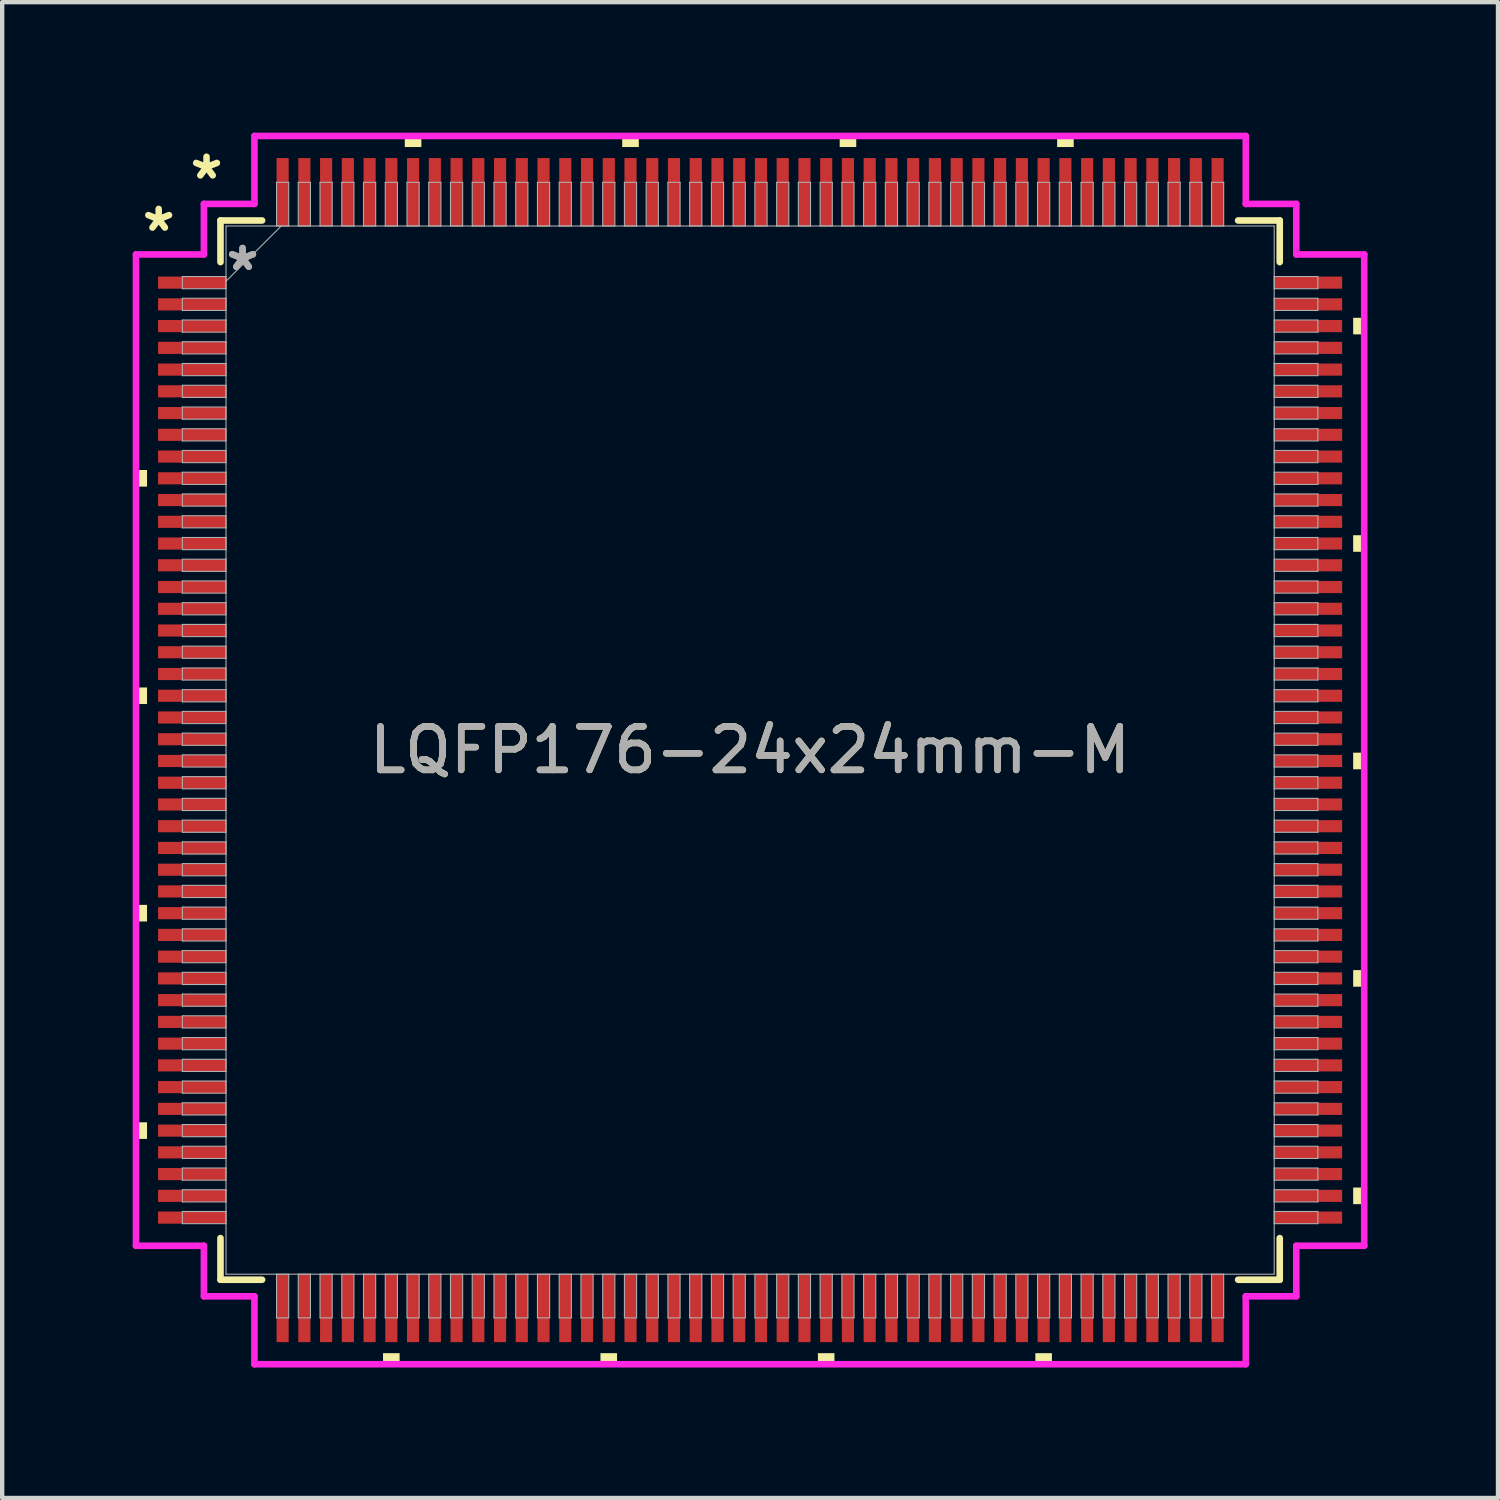
<source format=kicad_pcb>
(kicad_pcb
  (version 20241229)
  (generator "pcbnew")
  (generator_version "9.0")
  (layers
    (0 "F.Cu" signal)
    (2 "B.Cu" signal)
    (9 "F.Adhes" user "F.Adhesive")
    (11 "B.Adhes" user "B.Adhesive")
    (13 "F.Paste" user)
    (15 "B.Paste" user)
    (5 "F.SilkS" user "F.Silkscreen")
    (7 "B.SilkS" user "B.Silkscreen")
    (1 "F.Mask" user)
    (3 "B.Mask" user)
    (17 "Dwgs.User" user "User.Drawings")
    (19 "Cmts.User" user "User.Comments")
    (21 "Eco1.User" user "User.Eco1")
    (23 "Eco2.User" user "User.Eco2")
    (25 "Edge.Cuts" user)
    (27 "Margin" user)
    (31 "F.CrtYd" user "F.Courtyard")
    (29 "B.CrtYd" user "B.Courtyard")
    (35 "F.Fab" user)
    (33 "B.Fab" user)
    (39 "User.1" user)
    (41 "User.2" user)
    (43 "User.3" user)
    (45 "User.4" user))
  (footprint "LQFP176-24x24mm-M"
    (layer "F.Cu")
    (at 14.199 14.199)
    (property "Reference" "LQFP176-24x24mm-M" (at 0 0 0) (unlocked yes) (layer "F.SilkS") (effects (font (size 1 1) (thickness 0.15))))
    (attr smd)
    (fp_line (start -12.179 -12.179) (end -12.179 -11.222) (stroke (width 0.152) (type solid)) (layer "F.SilkS"))
    (fp_line (start -12.179 11.222) (end -12.179 12.179) (stroke (width 0.152) (type solid)) (layer "F.SilkS"))
    (fp_line (start -12.179 12.179) (end -11.222 12.179) (stroke (width 0.152) (type solid)) (layer "F.SilkS"))
    (fp_line (start -11.222 -12.179) (end -12.179 -12.179) (stroke (width 0.152) (type solid)) (layer "F.SilkS"))
    (fp_line (start 11.222 12.179) (end 12.179 12.179) (stroke (width 0.152) (type solid)) (layer "F.SilkS"))
    (fp_line (start 12.179 -12.179) (end 11.222 -12.179) (stroke (width 0.152) (type solid)) (layer "F.SilkS"))
    (fp_line (start 12.179 -11.222) (end 12.179 -12.179) (stroke (width 0.152) (type solid)) (layer "F.SilkS"))
    (fp_line (start 12.179 12.179) (end 12.179 11.222) (stroke (width 0.152) (type solid)) (layer "F.SilkS"))
    (fp_poly (pts (xy -14.122 -6.441) (xy -14.122 -6.059) (xy -13.868 -6.059) (xy -13.868 -6.441)) (stroke (width 0) (type solid)) (fill yes) (layer "F.SilkS"))
    (fp_poly (pts (xy -14.122 -1.44) (xy -14.122 -1.06) (xy -13.868 -1.06) (xy -13.868 -1.44)) (stroke (width 0) (type solid)) (fill yes) (layer "F.SilkS"))
    (fp_poly (pts (xy -14.122 3.559) (xy -14.122 3.941) (xy -13.868 3.941) (xy -13.868 3.559)) (stroke (width 0) (type solid)) (fill yes) (layer "F.SilkS"))
    (fp_poly (pts (xy -14.122 8.559) (xy -14.122 8.941) (xy -13.868 8.941) (xy -13.868 8.559)) (stroke (width 0) (type solid)) (fill yes) (layer "F.SilkS"))
    (fp_poly (pts (xy -8.441 13.868) (xy -8.441 14.122) (xy -8.06 14.122) (xy -8.06 13.868)) (stroke (width 0) (type solid)) (fill yes) (layer "F.SilkS"))
    (fp_poly (pts (xy -7.941 -13.868) (xy -7.941 -14.122) (xy -7.559 -14.122) (xy -7.559 -13.868)) (stroke (width 0) (type solid)) (fill yes) (layer "F.SilkS"))
    (fp_poly (pts (xy -3.441 13.868) (xy -3.441 14.122) (xy -3.06 14.122) (xy -3.06 13.868)) (stroke (width 0) (type solid)) (fill yes) (layer "F.SilkS"))
    (fp_poly (pts (xy -2.941 -13.868) (xy -2.941 -14.122) (xy -2.559 -14.122) (xy -2.559 -13.868)) (stroke (width 0) (type solid)) (fill yes) (layer "F.SilkS"))
    (fp_poly (pts (xy 1.559 13.868) (xy 1.559 14.122) (xy 1.94 14.122) (xy 1.94 13.868)) (stroke (width 0) (type solid)) (fill yes) (layer "F.SilkS"))
    (fp_poly (pts (xy 2.06 -13.868) (xy 2.06 -14.122) (xy 2.441 -14.122) (xy 2.441 -13.868)) (stroke (width 0) (type solid)) (fill yes) (layer "F.SilkS"))
    (fp_poly (pts (xy 6.559 13.868) (xy 6.559 14.122) (xy 6.94 14.122) (xy 6.94 13.868)) (stroke (width 0) (type solid)) (fill yes) (layer "F.SilkS"))
    (fp_poly (pts (xy 7.06 -13.868) (xy 7.06 -14.122) (xy 7.441 -14.122) (xy 7.441 -13.868)) (stroke (width 0) (type solid)) (fill yes) (layer "F.SilkS"))
    (fp_poly (pts (xy 14.122 -9.941) (xy 14.122 -9.56) (xy 13.868 -9.56) (xy 13.868 -9.941)) (stroke (width 0) (type solid)) (fill yes) (layer "F.SilkS"))
    (fp_poly (pts (xy 14.122 -4.941) (xy 14.122 -4.56) (xy 13.868 -4.56) (xy 13.868 -4.941)) (stroke (width 0) (type solid)) (fill yes) (layer "F.SilkS"))
    (fp_poly (pts (xy 14.122 0.059) (xy 14.122 0.441) (xy 13.868 0.441) (xy 13.868 0.059)) (stroke (width 0) (type solid)) (fill yes) (layer "F.SilkS"))
    (fp_poly (pts (xy 14.122 5.059) (xy 14.122 5.441) (xy 13.868 5.441) (xy 13.868 5.059)) (stroke (width 0) (type solid)) (fill yes) (layer "F.SilkS"))
    (fp_poly (pts (xy 14.122 10.059) (xy 14.122 10.441) (xy 13.868 10.441) (xy 13.868 10.059)) (stroke (width 0) (type solid)) (fill yes) (layer "F.SilkS"))
    (fp_line (start -14.122 -11.398) (end -12.56 -11.398) (stroke (width 0.152) (type solid)) (layer "F.CrtYd"))
    (fp_line (start -14.122 11.398) (end -14.122 -11.398) (stroke (width 0.152) (type solid)) (layer "F.CrtYd"))
    (fp_line (start -12.56 -12.56) (end -11.398 -12.56) (stroke (width 0.152) (type solid)) (layer "F.CrtYd"))
    (fp_line (start -12.56 -11.398) (end -12.56 -12.56) (stroke (width 0.152) (type solid)) (layer "F.CrtYd"))
    (fp_line (start -12.56 11.398) (end -14.122 11.398) (stroke (width 0.152) (type solid)) (layer "F.CrtYd"))
    (fp_line (start -12.56 12.56) (end -12.56 11.398) (stroke (width 0.152) (type solid)) (layer "F.CrtYd"))
    (fp_line (start -12.56 12.56) (end -11.398 12.56) (stroke (width 0.152) (type solid)) (layer "F.CrtYd"))
    (fp_line (start -11.398 -14.122) (end 11.398 -14.122) (stroke (width 0.152) (type solid)) (layer "F.CrtYd"))
    (fp_line (start -11.398 -12.56) (end -11.398 -14.122) (stroke (width 0.152) (type solid)) (layer "F.CrtYd"))
    (fp_line (start -11.398 12.56) (end -11.398 14.122) (stroke (width 0.152) (type solid)) (layer "F.CrtYd"))
    (fp_line (start -11.398 14.122) (end 11.398 14.122) (stroke (width 0.152) (type solid)) (layer "F.CrtYd"))
    (fp_line (start 11.398 -14.122) (end 11.398 -12.56) (stroke (width 0.152) (type solid)) (layer "F.CrtYd"))
    (fp_line (start 11.398 -12.56) (end 12.56 -12.56) (stroke (width 0.152) (type solid)) (layer "F.CrtYd"))
    (fp_line (start 11.398 12.56) (end 12.56 12.56) (stroke (width 0.152) (type solid)) (layer "F.CrtYd"))
    (fp_line (start 11.398 14.122) (end 11.398 12.56) (stroke (width 0.152) (type solid)) (layer "F.CrtYd"))
    (fp_line (start 12.56 -11.398) (end 12.56 -12.56) (stroke (width 0.152) (type solid)) (layer "F.CrtYd"))
    (fp_line (start 12.56 11.398) (end 14.122 11.398) (stroke (width 0.152) (type solid)) (layer "F.CrtYd"))
    (fp_line (start 12.56 12.56) (end 12.56 11.398) (stroke (width 0.152) (type solid)) (layer "F.CrtYd"))
    (fp_line (start 14.122 -11.398) (end 12.56 -11.398) (stroke (width 0.152) (type solid)) (layer "F.CrtYd"))
    (fp_line (start 14.122 11.398) (end 14.122 -11.398) (stroke (width 0.152) (type solid)) (layer "F.CrtYd"))
    (fp_line (start -13.056 -10.89) (end -13.056 -10.61) (stroke (width 0.025) (type solid)) (layer "F.Fab"))
    (fp_line (start -13.056 -10.61) (end -12.052 -10.61) (stroke (width 0.025) (type solid)) (layer "F.Fab"))
    (fp_line (start -13.056 -10.39) (end -13.056 -10.11) (stroke (width 0.025) (type solid)) (layer "F.Fab"))
    (fp_line (start -13.056 -10.11) (end -12.052 -10.11) (stroke (width 0.025) (type solid)) (layer "F.Fab"))
    (fp_line (start -13.056 -9.89) (end -13.056 -9.61) (stroke (width 0.025) (type solid)) (layer "F.Fab"))
    (fp_line (start -13.056 -9.61) (end -12.052 -9.61) (stroke (width 0.025) (type solid)) (layer "F.Fab"))
    (fp_line (start -13.056 -9.39) (end -13.056 -9.11) (stroke (width 0.025) (type solid)) (layer "F.Fab"))
    (fp_line (start -13.056 -9.11) (end -12.052 -9.11) (stroke (width 0.025) (type solid)) (layer "F.Fab"))
    (fp_line (start -13.056 -8.89) (end -13.056 -8.61) (stroke (width 0.025) (type solid)) (layer "F.Fab"))
    (fp_line (start -13.056 -8.61) (end -12.052 -8.61) (stroke (width 0.025) (type solid)) (layer "F.Fab"))
    (fp_line (start -13.056 -8.39) (end -13.056 -8.11) (stroke (width 0.025) (type solid)) (layer "F.Fab"))
    (fp_line (start -13.056 -8.11) (end -12.052 -8.11) (stroke (width 0.025) (type solid)) (layer "F.Fab"))
    (fp_line (start -13.056 -7.89) (end -13.056 -7.61) (stroke (width 0.025) (type solid)) (layer "F.Fab"))
    (fp_line (start -13.056 -7.61) (end -12.052 -7.61) (stroke (width 0.025) (type solid)) (layer "F.Fab"))
    (fp_line (start -13.056 -7.39) (end -13.056 -7.11) (stroke (width 0.025) (type solid)) (layer "F.Fab"))
    (fp_line (start -13.056 -7.11) (end -12.052 -7.11) (stroke (width 0.025) (type solid)) (layer "F.Fab"))
    (fp_line (start -13.056 -6.89) (end -13.056 -6.61) (stroke (width 0.025) (type solid)) (layer "F.Fab"))
    (fp_line (start -13.056 -6.61) (end -12.052 -6.61) (stroke (width 0.025) (type solid)) (layer "F.Fab"))
    (fp_line (start -13.056 -6.39) (end -13.056 -6.11) (stroke (width 0.025) (type solid)) (layer "F.Fab"))
    (fp_line (start -13.056 -6.11) (end -12.052 -6.11) (stroke (width 0.025) (type solid)) (layer "F.Fab"))
    (fp_line (start -13.056 -5.89) (end -13.056 -5.61) (stroke (width 0.025) (type solid)) (layer "F.Fab"))
    (fp_line (start -13.056 -5.61) (end -12.052 -5.61) (stroke (width 0.025) (type solid)) (layer "F.Fab"))
    (fp_line (start -13.056 -5.39) (end -13.056 -5.11) (stroke (width 0.025) (type solid)) (layer "F.Fab"))
    (fp_line (start -13.056 -5.11) (end -12.052 -5.11) (stroke (width 0.025) (type solid)) (layer "F.Fab"))
    (fp_line (start -13.056 -4.89) (end -13.056 -4.61) (stroke (width 0.025) (type solid)) (layer "F.Fab"))
    (fp_line (start -13.056 -4.61) (end -12.052 -4.61) (stroke (width 0.025) (type solid)) (layer "F.Fab"))
    (fp_line (start -13.056 -4.39) (end -13.056 -4.11) (stroke (width 0.025) (type solid)) (layer "F.Fab"))
    (fp_line (start -13.056 -4.11) (end -12.052 -4.11) (stroke (width 0.025) (type solid)) (layer "F.Fab"))
    (fp_line (start -13.056 -3.89) (end -13.056 -3.61) (stroke (width 0.025) (type solid)) (layer "F.Fab"))
    (fp_line (start -13.056 -3.61) (end -12.052 -3.61) (stroke (width 0.025) (type solid)) (layer "F.Fab"))
    (fp_line (start -13.056 -3.39) (end -13.056 -3.11) (stroke (width 0.025) (type solid)) (layer "F.Fab"))
    (fp_line (start -13.056 -3.11) (end -12.052 -3.11) (stroke (width 0.025) (type solid)) (layer "F.Fab"))
    (fp_line (start -13.056 -2.89) (end -13.056 -2.61) (stroke (width 0.025) (type solid)) (layer "F.Fab"))
    (fp_line (start -13.056 -2.61) (end -12.052 -2.61) (stroke (width 0.025) (type solid)) (layer "F.Fab"))
    (fp_line (start -13.056 -2.39) (end -13.056 -2.11) (stroke (width 0.025) (type solid)) (layer "F.Fab"))
    (fp_line (start -13.056 -2.11) (end -12.052 -2.11) (stroke (width 0.025) (type solid)) (layer "F.Fab"))
    (fp_line (start -13.056 -1.89) (end -13.056 -1.61) (stroke (width 0.025) (type solid)) (layer "F.Fab"))
    (fp_line (start -13.056 -1.61) (end -12.052 -1.61) (stroke (width 0.025) (type solid)) (layer "F.Fab"))
    (fp_line (start -13.056 -1.39) (end -13.056 -1.11) (stroke (width 0.025) (type solid)) (layer "F.Fab"))
    (fp_line (start -13.056 -1.11) (end -12.052 -1.11) (stroke (width 0.025) (type solid)) (layer "F.Fab"))
    (fp_line (start -13.056 -0.89) (end -13.056 -0.61) (stroke (width 0.025) (type solid)) (layer "F.Fab"))
    (fp_line (start -13.056 -0.61) (end -12.052 -0.61) (stroke (width 0.025) (type solid)) (layer "F.Fab"))
    (fp_line (start -13.056 -0.39) (end -13.056 -0.11) (stroke (width 0.025) (type solid)) (layer "F.Fab"))
    (fp_line (start -13.056 -0.11) (end -12.052 -0.11) (stroke (width 0.025) (type solid)) (layer "F.Fab"))
    (fp_line (start -13.056 0.11) (end -13.056 0.39) (stroke (width 0.025) (type solid)) (layer "F.Fab"))
    (fp_line (start -13.056 0.39) (end -12.052 0.39) (stroke (width 0.025) (type solid)) (layer "F.Fab"))
    (fp_line (start -13.056 0.61) (end -13.056 0.89) (stroke (width 0.025) (type solid)) (layer "F.Fab"))
    (fp_line (start -13.056 0.89) (end -12.052 0.89) (stroke (width 0.025) (type solid)) (layer "F.Fab"))
    (fp_line (start -13.056 1.11) (end -13.056 1.39) (stroke (width 0.025) (type solid)) (layer "F.Fab"))
    (fp_line (start -13.056 1.39) (end -12.052 1.39) (stroke (width 0.025) (type solid)) (layer "F.Fab"))
    (fp_line (start -13.056 1.61) (end -13.056 1.89) (stroke (width 0.025) (type solid)) (layer "F.Fab"))
    (fp_line (start -13.056 1.89) (end -12.052 1.89) (stroke (width 0.025) (type solid)) (layer "F.Fab"))
    (fp_line (start -13.056 2.11) (end -13.056 2.39) (stroke (width 0.025) (type solid)) (layer "F.Fab"))
    (fp_line (start -13.056 2.39) (end -12.052 2.39) (stroke (width 0.025) (type solid)) (layer "F.Fab"))
    (fp_line (start -13.056 2.61) (end -13.056 2.89) (stroke (width 0.025) (type solid)) (layer "F.Fab"))
    (fp_line (start -13.056 2.89) (end -12.052 2.89) (stroke (width 0.025) (type solid)) (layer "F.Fab"))
    (fp_line (start -13.056 3.11) (end -13.056 3.39) (stroke (width 0.025) (type solid)) (layer "F.Fab"))
    (fp_line (start -13.056 3.39) (end -12.052 3.39) (stroke (width 0.025) (type solid)) (layer "F.Fab"))
    (fp_line (start -13.056 3.61) (end -13.056 3.89) (stroke (width 0.025) (type solid)) (layer "F.Fab"))
    (fp_line (start -13.056 3.89) (end -12.052 3.89) (stroke (width 0.025) (type solid)) (layer "F.Fab"))
    (fp_line (start -13.056 4.11) (end -13.056 4.39) (stroke (width 0.025) (type solid)) (layer "F.Fab"))
    (fp_line (start -13.056 4.39) (end -12.052 4.39) (stroke (width 0.025) (type solid)) (layer "F.Fab"))
    (fp_line (start -13.056 4.61) (end -13.056 4.89) (stroke (width 0.025) (type solid)) (layer "F.Fab"))
    (fp_line (start -13.056 4.89) (end -12.052 4.89) (stroke (width 0.025) (type solid)) (layer "F.Fab"))
    (fp_line (start -13.056 5.11) (end -13.056 5.39) (stroke (width 0.025) (type solid)) (layer "F.Fab"))
    (fp_line (start -13.056 5.39) (end -12.052 5.39) (stroke (width 0.025) (type solid)) (layer "F.Fab"))
    (fp_line (start -13.056 5.61) (end -13.056 5.89) (stroke (width 0.025) (type solid)) (layer "F.Fab"))
    (fp_line (start -13.056 5.89) (end -12.052 5.89) (stroke (width 0.025) (type solid)) (layer "F.Fab"))
    (fp_line (start -13.056 6.11) (end -13.056 6.39) (stroke (width 0.025) (type solid)) (layer "F.Fab"))
    (fp_line (start -13.056 6.39) (end -12.052 6.39) (stroke (width 0.025) (type solid)) (layer "F.Fab"))
    (fp_line (start -13.056 6.61) (end -13.056 6.89) (stroke (width 0.025) (type solid)) (layer "F.Fab"))
    (fp_line (start -13.056 6.89) (end -12.052 6.89) (stroke (width 0.025) (type solid)) (layer "F.Fab"))
    (fp_line (start -13.056 7.11) (end -13.056 7.39) (stroke (width 0.025) (type solid)) (layer "F.Fab"))
    (fp_line (start -13.056 7.39) (end -12.052 7.39) (stroke (width 0.025) (type solid)) (layer "F.Fab"))
    (fp_line (start -13.056 7.61) (end -13.056 7.89) (stroke (width 0.025) (type solid)) (layer "F.Fab"))
    (fp_line (start -13.056 7.89) (end -12.052 7.89) (stroke (width 0.025) (type solid)) (layer "F.Fab"))
    (fp_line (start -13.056 8.11) (end -13.056 8.39) (stroke (width 0.025) (type solid)) (layer "F.Fab"))
    (fp_line (start -13.056 8.39) (end -12.052 8.39) (stroke (width 0.025) (type solid)) (layer "F.Fab"))
    (fp_line (start -13.056 8.61) (end -13.056 8.89) (stroke (width 0.025) (type solid)) (layer "F.Fab"))
    (fp_line (start -13.056 8.89) (end -12.052 8.89) (stroke (width 0.025) (type solid)) (layer "F.Fab"))
    (fp_line (start -13.056 9.11) (end -13.056 9.39) (stroke (width 0.025) (type solid)) (layer "F.Fab"))
    (fp_line (start -13.056 9.39) (end -12.052 9.39) (stroke (width 0.025) (type solid)) (layer "F.Fab"))
    (fp_line (start -13.056 9.61) (end -13.056 9.89) (stroke (width 0.025) (type solid)) (layer "F.Fab"))
    (fp_line (start -13.056 9.89) (end -12.052 9.89) (stroke (width 0.025) (type solid)) (layer "F.Fab"))
    (fp_line (start -13.056 10.11) (end -13.056 10.39) (stroke (width 0.025) (type solid)) (layer "F.Fab"))
    (fp_line (start -13.056 10.39) (end -12.052 10.39) (stroke (width 0.025) (type solid)) (layer "F.Fab"))
    (fp_line (start -13.056 10.61) (end -13.056 10.89) (stroke (width 0.025) (type solid)) (layer "F.Fab"))
    (fp_line (start -13.056 10.89) (end -12.052 10.89) (stroke (width 0.025) (type solid)) (layer "F.Fab"))
    (fp_line (start -12.052 -12.052) (end -12.052 12.052) (stroke (width 0.025) (type solid)) (layer "F.Fab"))
    (fp_line (start -12.052 -10.89) (end -13.056 -10.89) (stroke (width 0.025) (type solid)) (layer "F.Fab"))
    (fp_line (start -12.052 -10.782) (end -10.782 -12.052) (stroke (width 0.025) (type solid)) (layer "F.Fab"))
    (fp_line (start -12.052 -10.61) (end -12.052 -10.89) (stroke (width 0.025) (type solid)) (layer "F.Fab"))
    (fp_line (start -12.052 -10.39) (end -13.056 -10.39) (stroke (width 0.025) (type solid)) (layer "F.Fab"))
    (fp_line (start -12.052 -10.11) (end -12.052 -10.39) (stroke (width 0.025) (type solid)) (layer "F.Fab"))
    (fp_line (start -12.052 -9.89) (end -13.056 -9.89) (stroke (width 0.025) (type solid)) (layer "F.Fab"))
    (fp_line (start -12.052 -9.61) (end -12.052 -9.89) (stroke (width 0.025) (type solid)) (layer "F.Fab"))
    (fp_line (start -12.052 -9.39) (end -13.056 -9.39) (stroke (width 0.025) (type solid)) (layer "F.Fab"))
    (fp_line (start -12.052 -9.11) (end -12.052 -9.39) (stroke (width 0.025) (type solid)) (layer "F.Fab"))
    (fp_line (start -12.052 -8.89) (end -13.056 -8.89) (stroke (width 0.025) (type solid)) (layer "F.Fab"))
    (fp_line (start -12.052 -8.61) (end -12.052 -8.89) (stroke (width 0.025) (type solid)) (layer "F.Fab"))
    (fp_line (start -12.052 -8.39) (end -13.056 -8.39) (stroke (width 0.025) (type solid)) (layer "F.Fab"))
    (fp_line (start -12.052 -8.11) (end -12.052 -8.39) (stroke (width 0.025) (type solid)) (layer "F.Fab"))
    (fp_line (start -12.052 -7.89) (end -13.056 -7.89) (stroke (width 0.025) (type solid)) (layer "F.Fab"))
    (fp_line (start -12.052 -7.61) (end -12.052 -7.89) (stroke (width 0.025) (type solid)) (layer "F.Fab"))
    (fp_line (start -12.052 -7.39) (end -13.056 -7.39) (stroke (width 0.025) (type solid)) (layer "F.Fab"))
    (fp_line (start -12.052 -7.11) (end -12.052 -7.39) (stroke (width 0.025) (type solid)) (layer "F.Fab"))
    (fp_line (start -12.052 -6.89) (end -13.056 -6.89) (stroke (width 0.025) (type solid)) (layer "F.Fab"))
    (fp_line (start -12.052 -6.61) (end -12.052 -6.89) (stroke (width 0.025) (type solid)) (layer "F.Fab"))
    (fp_line (start -12.052 -6.39) (end -13.056 -6.39) (stroke (width 0.025) (type solid)) (layer "F.Fab"))
    (fp_line (start -12.052 -6.11) (end -12.052 -6.39) (stroke (width 0.025) (type solid)) (layer "F.Fab"))
    (fp_line (start -12.052 -5.89) (end -13.056 -5.89) (stroke (width 0.025) (type solid)) (layer "F.Fab"))
    (fp_line (start -12.052 -5.61) (end -12.052 -5.89) (stroke (width 0.025) (type solid)) (layer "F.Fab"))
    (fp_line (start -12.052 -5.39) (end -13.056 -5.39) (stroke (width 0.025) (type solid)) (layer "F.Fab"))
    (fp_line (start -12.052 -5.11) (end -12.052 -5.39) (stroke (width 0.025) (type solid)) (layer "F.Fab"))
    (fp_line (start -12.052 -4.89) (end -13.056 -4.89) (stroke (width 0.025) (type solid)) (layer "F.Fab"))
    (fp_line (start -12.052 -4.61) (end -12.052 -4.89) (stroke (width 0.025) (type solid)) (layer "F.Fab"))
    (fp_line (start -12.052 -4.39) (end -13.056 -4.39) (stroke (width 0.025) (type solid)) (layer "F.Fab"))
    (fp_line (start -12.052 -4.11) (end -12.052 -4.39) (stroke (width 0.025) (type solid)) (layer "F.Fab"))
    (fp_line (start -12.052 -3.89) (end -13.056 -3.89) (stroke (width 0.025) (type solid)) (layer "F.Fab"))
    (fp_line (start -12.052 -3.61) (end -12.052 -3.89) (stroke (width 0.025) (type solid)) (layer "F.Fab"))
    (fp_line (start -12.052 -3.39) (end -13.056 -3.39) (stroke (width 0.025) (type solid)) (layer "F.Fab"))
    (fp_line (start -12.052 -3.11) (end -12.052 -3.39) (stroke (width 0.025) (type solid)) (layer "F.Fab"))
    (fp_line (start -12.052 -2.89) (end -13.056 -2.89) (stroke (width 0.025) (type solid)) (layer "F.Fab"))
    (fp_line (start -12.052 -2.61) (end -12.052 -2.89) (stroke (width 0.025) (type solid)) (layer "F.Fab"))
    (fp_line (start -12.052 -2.39) (end -13.056 -2.39) (stroke (width 0.025) (type solid)) (layer "F.Fab"))
    (fp_line (start -12.052 -2.11) (end -12.052 -2.39) (stroke (width 0.025) (type solid)) (layer "F.Fab"))
    (fp_line (start -12.052 -1.89) (end -13.056 -1.89) (stroke (width 0.025) (type solid)) (layer "F.Fab"))
    (fp_line (start -12.052 -1.61) (end -12.052 -1.89) (stroke (width 0.025) (type solid)) (layer "F.Fab"))
    (fp_line (start -12.052 -1.39) (end -13.056 -1.39) (stroke (width 0.025) (type solid)) (layer "F.Fab"))
    (fp_line (start -12.052 -1.11) (end -12.052 -1.39) (stroke (width 0.025) (type solid)) (layer "F.Fab"))
    (fp_line (start -12.052 -0.89) (end -13.056 -0.89) (stroke (width 0.025) (type solid)) (layer "F.Fab"))
    (fp_line (start -12.052 -0.61) (end -12.052 -0.89) (stroke (width 0.025) (type solid)) (layer "F.Fab"))
    (fp_line (start -12.052 -0.39) (end -13.056 -0.39) (stroke (width 0.025) (type solid)) (layer "F.Fab"))
    (fp_line (start -12.052 -0.11) (end -12.052 -0.39) (stroke (width 0.025) (type solid)) (layer "F.Fab"))
    (fp_line (start -12.052 0.11) (end -13.056 0.11) (stroke (width 0.025) (type solid)) (layer "F.Fab"))
    (fp_line (start -12.052 0.39) (end -12.052 0.11) (stroke (width 0.025) (type solid)) (layer "F.Fab"))
    (fp_line (start -12.052 0.61) (end -13.056 0.61) (stroke (width 0.025) (type solid)) (layer "F.Fab"))
    (fp_line (start -12.052 0.89) (end -12.052 0.61) (stroke (width 0.025) (type solid)) (layer "F.Fab"))
    (fp_line (start -12.052 1.11) (end -13.056 1.11) (stroke (width 0.025) (type solid)) (layer "F.Fab"))
    (fp_line (start -12.052 1.39) (end -12.052 1.11) (stroke (width 0.025) (type solid)) (layer "F.Fab"))
    (fp_line (start -12.052 1.61) (end -13.056 1.61) (stroke (width 0.025) (type solid)) (layer "F.Fab"))
    (fp_line (start -12.052 1.89) (end -12.052 1.61) (stroke (width 0.025) (type solid)) (layer "F.Fab"))
    (fp_line (start -12.052 2.11) (end -13.056 2.11) (stroke (width 0.025) (type solid)) (layer "F.Fab"))
    (fp_line (start -12.052 2.39) (end -12.052 2.11) (stroke (width 0.025) (type solid)) (layer "F.Fab"))
    (fp_line (start -12.052 2.61) (end -13.056 2.61) (stroke (width 0.025) (type solid)) (layer "F.Fab"))
    (fp_line (start -12.052 2.89) (end -12.052 2.61) (stroke (width 0.025) (type solid)) (layer "F.Fab"))
    (fp_line (start -12.052 3.11) (end -13.056 3.11) (stroke (width 0.025) (type solid)) (layer "F.Fab"))
    (fp_line (start -12.052 3.39) (end -12.052 3.11) (stroke (width 0.025) (type solid)) (layer "F.Fab"))
    (fp_line (start -12.052 3.61) (end -13.056 3.61) (stroke (width 0.025) (type solid)) (layer "F.Fab"))
    (fp_line (start -12.052 3.89) (end -12.052 3.61) (stroke (width 0.025) (type solid)) (layer "F.Fab"))
    (fp_line (start -12.052 4.11) (end -13.056 4.11) (stroke (width 0.025) (type solid)) (layer "F.Fab"))
    (fp_line (start -12.052 4.39) (end -12.052 4.11) (stroke (width 0.025) (type solid)) (layer "F.Fab"))
    (fp_line (start -12.052 4.61) (end -13.056 4.61) (stroke (width 0.025) (type solid)) (layer "F.Fab"))
    (fp_line (start -12.052 4.89) (end -12.052 4.61) (stroke (width 0.025) (type solid)) (layer "F.Fab"))
    (fp_line (start -12.052 5.11) (end -13.056 5.11) (stroke (width 0.025) (type solid)) (layer "F.Fab"))
    (fp_line (start -12.052 5.39) (end -12.052 5.11) (stroke (width 0.025) (type solid)) (layer "F.Fab"))
    (fp_line (start -12.052 5.61) (end -13.056 5.61) (stroke (width 0.025) (type solid)) (layer "F.Fab"))
    (fp_line (start -12.052 5.89) (end -12.052 5.61) (stroke (width 0.025) (type solid)) (layer "F.Fab"))
    (fp_line (start -12.052 6.11) (end -13.056 6.11) (stroke (width 0.025) (type solid)) (layer "F.Fab"))
    (fp_line (start -12.052 6.39) (end -12.052 6.11) (stroke (width 0.025) (type solid)) (layer "F.Fab"))
    (fp_line (start -12.052 6.61) (end -13.056 6.61) (stroke (width 0.025) (type solid)) (layer "F.Fab"))
    (fp_line (start -12.052 6.89) (end -12.052 6.61) (stroke (width 0.025) (type solid)) (layer "F.Fab"))
    (fp_line (start -12.052 7.11) (end -13.056 7.11) (stroke (width 0.025) (type solid)) (layer "F.Fab"))
    (fp_line (start -12.052 7.39) (end -12.052 7.11) (stroke (width 0.025) (type solid)) (layer "F.Fab"))
    (fp_line (start -12.052 7.61) (end -13.056 7.61) (stroke (width 0.025) (type solid)) (layer "F.Fab"))
    (fp_line (start -12.052 7.89) (end -12.052 7.61) (stroke (width 0.025) (type solid)) (layer "F.Fab"))
    (fp_line (start -12.052 8.11) (end -13.056 8.11) (stroke (width 0.025) (type solid)) (layer "F.Fab"))
    (fp_line (start -12.052 8.39) (end -12.052 8.11) (stroke (width 0.025) (type solid)) (layer "F.Fab"))
    (fp_line (start -12.052 8.61) (end -13.056 8.61) (stroke (width 0.025) (type solid)) (layer "F.Fab"))
    (fp_line (start -12.052 8.89) (end -12.052 8.61) (stroke (width 0.025) (type solid)) (layer "F.Fab"))
    (fp_line (start -12.052 9.11) (end -13.056 9.11) (stroke (width 0.025) (type solid)) (layer "F.Fab"))
    (fp_line (start -12.052 9.39) (end -12.052 9.11) (stroke (width 0.025) (type solid)) (layer "F.Fab"))
    (fp_line (start -12.052 9.61) (end -13.056 9.61) (stroke (width 0.025) (type solid)) (layer "F.Fab"))
    (fp_line (start -12.052 9.89) (end -12.052 9.61) (stroke (width 0.025) (type solid)) (layer "F.Fab"))
    (fp_line (start -12.052 10.11) (end -13.056 10.11) (stroke (width 0.025) (type solid)) (layer "F.Fab"))
    (fp_line (start -12.052 10.39) (end -12.052 10.11) (stroke (width 0.025) (type solid)) (layer "F.Fab"))
    (fp_line (start -12.052 10.61) (end -13.056 10.61) (stroke (width 0.025) (type solid)) (layer "F.Fab"))
    (fp_line (start -12.052 10.89) (end -12.052 10.61) (stroke (width 0.025) (type solid)) (layer "F.Fab"))
    (fp_line (start -12.052 12.052) (end 12.052 12.052) (stroke (width 0.025) (type solid)) (layer "F.Fab"))
    (fp_line (start -10.89 -13.056) (end -10.89 -12.052) (stroke (width 0.025) (type solid)) (layer "F.Fab"))
    (fp_line (start -10.89 -12.052) (end -10.61 -12.052) (stroke (width 0.025) (type solid)) (layer "F.Fab"))
    (fp_line (start -10.89 12.052) (end -10.89 13.056) (stroke (width 0.025) (type solid)) (layer "F.Fab"))
    (fp_line (start -10.89 13.056) (end -10.61 13.056) (stroke (width 0.025) (type solid)) (layer "F.Fab"))
    (fp_line (start -10.61 -13.056) (end -10.89 -13.056) (stroke (width 0.025) (type solid)) (layer "F.Fab"))
    (fp_line (start -10.61 -12.052) (end -10.61 -13.056) (stroke (width 0.025) (type solid)) (layer "F.Fab"))
    (fp_line (start -10.61 12.052) (end -10.89 12.052) (stroke (width 0.025) (type solid)) (layer "F.Fab"))
    (fp_line (start -10.61 13.056) (end -10.61 12.052) (stroke (width 0.025) (type solid)) (layer "F.Fab"))
    (fp_line (start -10.39 -13.056) (end -10.39 -12.052) (stroke (width 0.025) (type solid)) (layer "F.Fab"))
    (fp_line (start -10.39 -12.052) (end -10.11 -12.052) (stroke (width 0.025) (type solid)) (layer "F.Fab"))
    (fp_line (start -10.39 12.052) (end -10.39 13.056) (stroke (width 0.025) (type solid)) (layer "F.Fab"))
    (fp_line (start -10.39 13.056) (end -10.11 13.056) (stroke (width 0.025) (type solid)) (layer "F.Fab"))
    (fp_line (start -10.11 -13.056) (end -10.39 -13.056) (stroke (width 0.025) (type solid)) (layer "F.Fab"))
    (fp_line (start -10.11 -12.052) (end -10.11 -13.056) (stroke (width 0.025) (type solid)) (layer "F.Fab"))
    (fp_line (start -10.11 12.052) (end -10.39 12.052) (stroke (width 0.025) (type solid)) (layer "F.Fab"))
    (fp_line (start -10.11 13.056) (end -10.11 12.052) (stroke (width 0.025) (type solid)) (layer "F.Fab"))
    (fp_line (start -9.89 -13.056) (end -9.89 -12.052) (stroke (width 0.025) (type solid)) (layer "F.Fab"))
    (fp_line (start -9.89 -12.052) (end -9.61 -12.052) (stroke (width 0.025) (type solid)) (layer "F.Fab"))
    (fp_line (start -9.89 12.052) (end -9.89 13.056) (stroke (width 0.025) (type solid)) (layer "F.Fab"))
    (fp_line (start -9.89 13.056) (end -9.61 13.056) (stroke (width 0.025) (type solid)) (layer "F.Fab"))
    (fp_line (start -9.61 -13.056) (end -9.89 -13.056) (stroke (width 0.025) (type solid)) (layer "F.Fab"))
    (fp_line (start -9.61 -12.052) (end -9.61 -13.056) (stroke (width 0.025) (type solid)) (layer "F.Fab"))
    (fp_line (start -9.61 12.052) (end -9.89 12.052) (stroke (width 0.025) (type solid)) (layer "F.Fab"))
    (fp_line (start -9.61 13.056) (end -9.61 12.052) (stroke (width 0.025) (type solid)) (layer "F.Fab"))
    (fp_line (start -9.39 -13.056) (end -9.39 -12.052) (stroke (width 0.025) (type solid)) (layer "F.Fab"))
    (fp_line (start -9.39 -12.052) (end -9.11 -12.052) (stroke (width 0.025) (type solid)) (layer "F.Fab"))
    (fp_line (start -9.39 12.052) (end -9.39 13.056) (stroke (width 0.025) (type solid)) (layer "F.Fab"))
    (fp_line (start -9.39 13.056) (end -9.11 13.056) (stroke (width 0.025) (type solid)) (layer "F.Fab"))
    (fp_line (start -9.11 -13.056) (end -9.39 -13.056) (stroke (width 0.025) (type solid)) (layer "F.Fab"))
    (fp_line (start -9.11 -12.052) (end -9.11 -13.056) (stroke (width 0.025) (type solid)) (layer "F.Fab"))
    (fp_line (start -9.11 12.052) (end -9.39 12.052) (stroke (width 0.025) (type solid)) (layer "F.Fab"))
    (fp_line (start -9.11 13.056) (end -9.11 12.052) (stroke (width 0.025) (type solid)) (layer "F.Fab"))
    (fp_line (start -8.89 -13.056) (end -8.89 -12.052) (stroke (width 0.025) (type solid)) (layer "F.Fab"))
    (fp_line (start -8.89 -12.052) (end -8.61 -12.052) (stroke (width 0.025) (type solid)) (layer "F.Fab"))
    (fp_line (start -8.89 12.052) (end -8.89 13.056) (stroke (width 0.025) (type solid)) (layer "F.Fab"))
    (fp_line (start -8.89 13.056) (end -8.61 13.056) (stroke (width 0.025) (type solid)) (layer "F.Fab"))
    (fp_line (start -8.61 -13.056) (end -8.89 -13.056) (stroke (width 0.025) (type solid)) (layer "F.Fab"))
    (fp_line (start -8.61 -12.052) (end -8.61 -13.056) (stroke (width 0.025) (type solid)) (layer "F.Fab"))
    (fp_line (start -8.61 12.052) (end -8.89 12.052) (stroke (width 0.025) (type solid)) (layer "F.Fab"))
    (fp_line (start -8.61 13.056) (end -8.61 12.052) (stroke (width 0.025) (type solid)) (layer "F.Fab"))
    (fp_line (start -8.39 -13.056) (end -8.39 -12.052) (stroke (width 0.025) (type solid)) (layer "F.Fab"))
    (fp_line (start -8.39 -12.052) (end -8.11 -12.052) (stroke (width 0.025) (type solid)) (layer "F.Fab"))
    (fp_line (start -8.39 12.052) (end -8.39 13.056) (stroke (width 0.025) (type solid)) (layer "F.Fab"))
    (fp_line (start -8.39 13.056) (end -8.11 13.056) (stroke (width 0.025) (type solid)) (layer "F.Fab"))
    (fp_line (start -8.11 -13.056) (end -8.39 -13.056) (stroke (width 0.025) (type solid)) (layer "F.Fab"))
    (fp_line (start -8.11 -12.052) (end -8.11 -13.056) (stroke (width 0.025) (type solid)) (layer "F.Fab"))
    (fp_line (start -8.11 12.052) (end -8.39 12.052) (stroke (width 0.025) (type solid)) (layer "F.Fab"))
    (fp_line (start -8.11 13.056) (end -8.11 12.052) (stroke (width 0.025) (type solid)) (layer "F.Fab"))
    (fp_line (start -7.89 -13.056) (end -7.89 -12.052) (stroke (width 0.025) (type solid)) (layer "F.Fab"))
    (fp_line (start -7.89 -12.052) (end -7.61 -12.052) (stroke (width 0.025) (type solid)) (layer "F.Fab"))
    (fp_line (start -7.89 12.052) (end -7.89 13.056) (stroke (width 0.025) (type solid)) (layer "F.Fab"))
    (fp_line (start -7.89 13.056) (end -7.61 13.056) (stroke (width 0.025) (type solid)) (layer "F.Fab"))
    (fp_line (start -7.61 -13.056) (end -7.89 -13.056) (stroke (width 0.025) (type solid)) (layer "F.Fab"))
    (fp_line (start -7.61 -12.052) (end -7.61 -13.056) (stroke (width 0.025) (type solid)) (layer "F.Fab"))
    (fp_line (start -7.61 12.052) (end -7.89 12.052) (stroke (width 0.025) (type solid)) (layer "F.Fab"))
    (fp_line (start -7.61 13.056) (end -7.61 12.052) (stroke (width 0.025) (type solid)) (layer "F.Fab"))
    (fp_line (start -7.39 -13.056) (end -7.39 -12.052) (stroke (width 0.025) (type solid)) (layer "F.Fab"))
    (fp_line (start -7.39 -12.052) (end -7.11 -12.052) (stroke (width 0.025) (type solid)) (layer "F.Fab"))
    (fp_line (start -7.39 12.052) (end -7.39 13.056) (stroke (width 0.025) (type solid)) (layer "F.Fab"))
    (fp_line (start -7.39 13.056) (end -7.11 13.056) (stroke (width 0.025) (type solid)) (layer "F.Fab"))
    (fp_line (start -7.11 -13.056) (end -7.39 -13.056) (stroke (width 0.025) (type solid)) (layer "F.Fab"))
    (fp_line (start -7.11 -12.052) (end -7.11 -13.056) (stroke (width 0.025) (type solid)) (layer "F.Fab"))
    (fp_line (start -7.11 12.052) (end -7.39 12.052) (stroke (width 0.025) (type solid)) (layer "F.Fab"))
    (fp_line (start -7.11 13.056) (end -7.11 12.052) (stroke (width 0.025) (type solid)) (layer "F.Fab"))
    (fp_line (start -6.89 -13.056) (end -6.89 -12.052) (stroke (width 0.025) (type solid)) (layer "F.Fab"))
    (fp_line (start -6.89 -12.052) (end -6.61 -12.052) (stroke (width 0.025) (type solid)) (layer "F.Fab"))
    (fp_line (start -6.89 12.052) (end -6.89 13.056) (stroke (width 0.025) (type solid)) (layer "F.Fab"))
    (fp_line (start -6.89 13.056) (end -6.61 13.056) (stroke (width 0.025) (type solid)) (layer "F.Fab"))
    (fp_line (start -6.61 -13.056) (end -6.89 -13.056) (stroke (width 0.025) (type solid)) (layer "F.Fab"))
    (fp_line (start -6.61 -12.052) (end -6.61 -13.056) (stroke (width 0.025) (type solid)) (layer "F.Fab"))
    (fp_line (start -6.61 12.052) (end -6.89 12.052) (stroke (width 0.025) (type solid)) (layer "F.Fab"))
    (fp_line (start -6.61 13.056) (end -6.61 12.052) (stroke (width 0.025) (type solid)) (layer "F.Fab"))
    (fp_line (start -6.39 -13.056) (end -6.39 -12.052) (stroke (width 0.025) (type solid)) (layer "F.Fab"))
    (fp_line (start -6.39 -12.052) (end -6.11 -12.052) (stroke (width 0.025) (type solid)) (layer "F.Fab"))
    (fp_line (start -6.39 12.052) (end -6.39 13.056) (stroke (width 0.025) (type solid)) (layer "F.Fab"))
    (fp_line (start -6.39 13.056) (end -6.11 13.056) (stroke (width 0.025) (type solid)) (layer "F.Fab"))
    (fp_line (start -6.11 -13.056) (end -6.39 -13.056) (stroke (width 0.025) (type solid)) (layer "F.Fab"))
    (fp_line (start -6.11 -12.052) (end -6.11 -13.056) (stroke (width 0.025) (type solid)) (layer "F.Fab"))
    (fp_line (start -6.11 12.052) (end -6.39 12.052) (stroke (width 0.025) (type solid)) (layer "F.Fab"))
    (fp_line (start -6.11 13.056) (end -6.11 12.052) (stroke (width 0.025) (type solid)) (layer "F.Fab"))
    (fp_line (start -5.89 -13.056) (end -5.89 -12.052) (stroke (width 0.025) (type solid)) (layer "F.Fab"))
    (fp_line (start -5.89 -12.052) (end -5.61 -12.052) (stroke (width 0.025) (type solid)) (layer "F.Fab"))
    (fp_line (start -5.89 12.052) (end -5.89 13.056) (stroke (width 0.025) (type solid)) (layer "F.Fab"))
    (fp_line (start -5.89 13.056) (end -5.61 13.056) (stroke (width 0.025) (type solid)) (layer "F.Fab"))
    (fp_line (start -5.61 -13.056) (end -5.89 -13.056) (stroke (width 0.025) (type solid)) (layer "F.Fab"))
    (fp_line (start -5.61 -12.052) (end -5.61 -13.056) (stroke (width 0.025) (type solid)) (layer "F.Fab"))
    (fp_line (start -5.61 12.052) (end -5.89 12.052) (stroke (width 0.025) (type solid)) (layer "F.Fab"))
    (fp_line (start -5.61 13.056) (end -5.61 12.052) (stroke (width 0.025) (type solid)) (layer "F.Fab"))
    (fp_line (start -5.39 -13.056) (end -5.39 -12.052) (stroke (width 0.025) (type solid)) (layer "F.Fab"))
    (fp_line (start -5.39 -12.052) (end -5.11 -12.052) (stroke (width 0.025) (type solid)) (layer "F.Fab"))
    (fp_line (start -5.39 12.052) (end -5.39 13.056) (stroke (width 0.025) (type solid)) (layer "F.Fab"))
    (fp_line (start -5.39 13.056) (end -5.11 13.056) (stroke (width 0.025) (type solid)) (layer "F.Fab"))
    (fp_line (start -5.11 -13.056) (end -5.39 -13.056) (stroke (width 0.025) (type solid)) (layer "F.Fab"))
    (fp_line (start -5.11 -12.052) (end -5.11 -13.056) (stroke (width 0.025) (type solid)) (layer "F.Fab"))
    (fp_line (start -5.11 12.052) (end -5.39 12.052) (stroke (width 0.025) (type solid)) (layer "F.Fab"))
    (fp_line (start -5.11 13.056) (end -5.11 12.052) (stroke (width 0.025) (type solid)) (layer "F.Fab"))
    (fp_line (start -4.89 -13.056) (end -4.89 -12.052) (stroke (width 0.025) (type solid)) (layer "F.Fab"))
    (fp_line (start -4.89 -12.052) (end -4.61 -12.052) (stroke (width 0.025) (type solid)) (layer "F.Fab"))
    (fp_line (start -4.89 12.052) (end -4.89 13.056) (stroke (width 0.025) (type solid)) (layer "F.Fab"))
    (fp_line (start -4.89 13.056) (end -4.61 13.056) (stroke (width 0.025) (type solid)) (layer "F.Fab"))
    (fp_line (start -4.61 -13.056) (end -4.89 -13.056) (stroke (width 0.025) (type solid)) (layer "F.Fab"))
    (fp_line (start -4.61 -12.052) (end -4.61 -13.056) (stroke (width 0.025) (type solid)) (layer "F.Fab"))
    (fp_line (start -4.61 12.052) (end -4.89 12.052) (stroke (width 0.025) (type solid)) (layer "F.Fab"))
    (fp_line (start -4.61 13.056) (end -4.61 12.052) (stroke (width 0.025) (type solid)) (layer "F.Fab"))
    (fp_line (start -4.39 -13.056) (end -4.39 -12.052) (stroke (width 0.025) (type solid)) (layer "F.Fab"))
    (fp_line (start -4.39 -12.052) (end -4.11 -12.052) (stroke (width 0.025) (type solid)) (layer "F.Fab"))
    (fp_line (start -4.39 12.052) (end -4.39 13.056) (stroke (width 0.025) (type solid)) (layer "F.Fab"))
    (fp_line (start -4.39 13.056) (end -4.11 13.056) (stroke (width 0.025) (type solid)) (layer "F.Fab"))
    (fp_line (start -4.11 -13.056) (end -4.39 -13.056) (stroke (width 0.025) (type solid)) (layer "F.Fab"))
    (fp_line (start -4.11 -12.052) (end -4.11 -13.056) (stroke (width 0.025) (type solid)) (layer "F.Fab"))
    (fp_line (start -4.11 12.052) (end -4.39 12.052) (stroke (width 0.025) (type solid)) (layer "F.Fab"))
    (fp_line (start -4.11 13.056) (end -4.11 12.052) (stroke (width 0.025) (type solid)) (layer "F.Fab"))
    (fp_line (start -3.89 -13.056) (end -3.89 -12.052) (stroke (width 0.025) (type solid)) (layer "F.Fab"))
    (fp_line (start -3.89 -12.052) (end -3.61 -12.052) (stroke (width 0.025) (type solid)) (layer "F.Fab"))
    (fp_line (start -3.89 12.052) (end -3.89 13.056) (stroke (width 0.025) (type solid)) (layer "F.Fab"))
    (fp_line (start -3.89 13.056) (end -3.61 13.056) (stroke (width 0.025) (type solid)) (layer "F.Fab"))
    (fp_line (start -3.61 -13.056) (end -3.89 -13.056) (stroke (width 0.025) (type solid)) (layer "F.Fab"))
    (fp_line (start -3.61 -12.052) (end -3.61 -13.056) (stroke (width 0.025) (type solid)) (layer "F.Fab"))
    (fp_line (start -3.61 12.052) (end -3.89 12.052) (stroke (width 0.025) (type solid)) (layer "F.Fab"))
    (fp_line (start -3.61 13.056) (end -3.61 12.052) (stroke (width 0.025) (type solid)) (layer "F.Fab"))
    (fp_line (start -3.39 -13.056) (end -3.39 -12.052) (stroke (width 0.025) (type solid)) (layer "F.Fab"))
    (fp_line (start -3.39 -12.052) (end -3.11 -12.052) (stroke (width 0.025) (type solid)) (layer "F.Fab"))
    (fp_line (start -3.39 12.052) (end -3.39 13.056) (stroke (width 0.025) (type solid)) (layer "F.Fab"))
    (fp_line (start -3.39 13.056) (end -3.11 13.056) (stroke (width 0.025) (type solid)) (layer "F.Fab"))
    (fp_line (start -3.11 -13.056) (end -3.39 -13.056) (stroke (width 0.025) (type solid)) (layer "F.Fab"))
    (fp_line (start -3.11 -12.052) (end -3.11 -13.056) (stroke (width 0.025) (type solid)) (layer "F.Fab"))
    (fp_line (start -3.11 12.052) (end -3.39 12.052) (stroke (width 0.025) (type solid)) (layer "F.Fab"))
    (fp_line (start -3.11 13.056) (end -3.11 12.052) (stroke (width 0.025) (type solid)) (layer "F.Fab"))
    (fp_line (start -2.89 -13.056) (end -2.89 -12.052) (stroke (width 0.025) (type solid)) (layer "F.Fab"))
    (fp_line (start -2.89 -12.052) (end -2.61 -12.052) (stroke (width 0.025) (type solid)) (layer "F.Fab"))
    (fp_line (start -2.89 12.052) (end -2.89 13.056) (stroke (width 0.025) (type solid)) (layer "F.Fab"))
    (fp_line (start -2.89 13.056) (end -2.61 13.056) (stroke (width 0.025) (type solid)) (layer "F.Fab"))
    (fp_line (start -2.61 -13.056) (end -2.89 -13.056) (stroke (width 0.025) (type solid)) (layer "F.Fab"))
    (fp_line (start -2.61 -12.052) (end -2.61 -13.056) (stroke (width 0.025) (type solid)) (layer "F.Fab"))
    (fp_line (start -2.61 12.052) (end -2.89 12.052) (stroke (width 0.025) (type solid)) (layer "F.Fab"))
    (fp_line (start -2.61 13.056) (end -2.61 12.052) (stroke (width 0.025) (type solid)) (layer "F.Fab"))
    (fp_line (start -2.39 -13.056) (end -2.39 -12.052) (stroke (width 0.025) (type solid)) (layer "F.Fab"))
    (fp_line (start -2.39 -12.052) (end -2.11 -12.052) (stroke (width 0.025) (type solid)) (layer "F.Fab"))
    (fp_line (start -2.39 12.052) (end -2.39 13.056) (stroke (width 0.025) (type solid)) (layer "F.Fab"))
    (fp_line (start -2.39 13.056) (end -2.11 13.056) (stroke (width 0.025) (type solid)) (layer "F.Fab"))
    (fp_line (start -2.11 -13.056) (end -2.39 -13.056) (stroke (width 0.025) (type solid)) (layer "F.Fab"))
    (fp_line (start -2.11 -12.052) (end -2.11 -13.056) (stroke (width 0.025) (type solid)) (layer "F.Fab"))
    (fp_line (start -2.11 12.052) (end -2.39 12.052) (stroke (width 0.025) (type solid)) (layer "F.Fab"))
    (fp_line (start -2.11 13.056) (end -2.11 12.052) (stroke (width 0.025) (type solid)) (layer "F.Fab"))
    (fp_line (start -1.89 -13.056) (end -1.89 -12.052) (stroke (width 0.025) (type solid)) (layer "F.Fab"))
    (fp_line (start -1.89 -12.052) (end -1.61 -12.052) (stroke (width 0.025) (type solid)) (layer "F.Fab"))
    (fp_line (start -1.89 12.052) (end -1.89 13.056) (stroke (width 0.025) (type solid)) (layer "F.Fab"))
    (fp_line (start -1.89 13.056) (end -1.61 13.056) (stroke (width 0.025) (type solid)) (layer "F.Fab"))
    (fp_line (start -1.61 -13.056) (end -1.89 -13.056) (stroke (width 0.025) (type solid)) (layer "F.Fab"))
    (fp_line (start -1.61 -12.052) (end -1.61 -13.056) (stroke (width 0.025) (type solid)) (layer "F.Fab"))
    (fp_line (start -1.61 12.052) (end -1.89 12.052) (stroke (width 0.025) (type solid)) (layer "F.Fab"))
    (fp_line (start -1.61 13.056) (end -1.61 12.052) (stroke (width 0.025) (type solid)) (layer "F.Fab"))
    (fp_line (start -1.39 -13.056) (end -1.39 -12.052) (stroke (width 0.025) (type solid)) (layer "F.Fab"))
    (fp_line (start -1.39 -12.052) (end -1.11 -12.052) (stroke (width 0.025) (type solid)) (layer "F.Fab"))
    (fp_line (start -1.39 12.052) (end -1.39 13.056) (stroke (width 0.025) (type solid)) (layer "F.Fab"))
    (fp_line (start -1.39 13.056) (end -1.11 13.056) (stroke (width 0.025) (type solid)) (layer "F.Fab"))
    (fp_line (start -1.11 -13.056) (end -1.39 -13.056) (stroke (width 0.025) (type solid)) (layer "F.Fab"))
    (fp_line (start -1.11 -12.052) (end -1.11 -13.056) (stroke (width 0.025) (type solid)) (layer "F.Fab"))
    (fp_line (start -1.11 12.052) (end -1.39 12.052) (stroke (width 0.025) (type solid)) (layer "F.Fab"))
    (fp_line (start -1.11 13.056) (end -1.11 12.052) (stroke (width 0.025) (type solid)) (layer "F.Fab"))
    (fp_line (start -0.89 -13.056) (end -0.89 -12.052) (stroke (width 0.025) (type solid)) (layer "F.Fab"))
    (fp_line (start -0.89 -12.052) (end -0.61 -12.052) (stroke (width 0.025) (type solid)) (layer "F.Fab"))
    (fp_line (start -0.89 12.052) (end -0.89 13.056) (stroke (width 0.025) (type solid)) (layer "F.Fab"))
    (fp_line (start -0.89 13.056) (end -0.61 13.056) (stroke (width 0.025) (type solid)) (layer "F.Fab"))
    (fp_line (start -0.61 -13.056) (end -0.89 -13.056) (stroke (width 0.025) (type solid)) (layer "F.Fab"))
    (fp_line (start -0.61 -12.052) (end -0.61 -13.056) (stroke (width 0.025) (type solid)) (layer "F.Fab"))
    (fp_line (start -0.61 12.052) (end -0.89 12.052) (stroke (width 0.025) (type solid)) (layer "F.Fab"))
    (fp_line (start -0.61 13.056) (end -0.61 12.052) (stroke (width 0.025) (type solid)) (layer "F.Fab"))
    (fp_line (start -0.39 -13.056) (end -0.39 -12.052) (stroke (width 0.025) (type solid)) (layer "F.Fab"))
    (fp_line (start -0.39 -12.052) (end -0.11 -12.052) (stroke (width 0.025) (type solid)) (layer "F.Fab"))
    (fp_line (start -0.39 12.052) (end -0.39 13.056) (stroke (width 0.025) (type solid)) (layer "F.Fab"))
    (fp_line (start -0.39 13.056) (end -0.11 13.056) (stroke (width 0.025) (type solid)) (layer "F.Fab"))
    (fp_line (start -0.11 -13.056) (end -0.39 -13.056) (stroke (width 0.025) (type solid)) (layer "F.Fab"))
    (fp_line (start -0.11 -12.052) (end -0.11 -13.056) (stroke (width 0.025) (type solid)) (layer "F.Fab"))
    (fp_line (start -0.11 12.052) (end -0.39 12.052) (stroke (width 0.025) (type solid)) (layer "F.Fab"))
    (fp_line (start -0.11 13.056) (end -0.11 12.052) (stroke (width 0.025) (type solid)) (layer "F.Fab"))
    (fp_line (start 0.11 -13.056) (end 0.11 -12.052) (stroke (width 0.025) (type solid)) (layer "F.Fab"))
    (fp_line (start 0.11 -12.052) (end 0.39 -12.052) (stroke (width 0.025) (type solid)) (layer "F.Fab"))
    (fp_line (start 0.11 12.052) (end 0.11 13.056) (stroke (width 0.025) (type solid)) (layer "F.Fab"))
    (fp_line (start 0.11 13.056) (end 0.39 13.056) (stroke (width 0.025) (type solid)) (layer "F.Fab"))
    (fp_line (start 0.39 -13.056) (end 0.11 -13.056) (stroke (width 0.025) (type solid)) (layer "F.Fab"))
    (fp_line (start 0.39 -12.052) (end 0.39 -13.056) (stroke (width 0.025) (type solid)) (layer "F.Fab"))
    (fp_line (start 0.39 12.052) (end 0.11 12.052) (stroke (width 0.025) (type solid)) (layer "F.Fab"))
    (fp_line (start 0.39 13.056) (end 0.39 12.052) (stroke (width 0.025) (type solid)) (layer "F.Fab"))
    (fp_line (start 0.61 -13.056) (end 0.61 -12.052) (stroke (width 0.025) (type solid)) (layer "F.Fab"))
    (fp_line (start 0.61 -12.052) (end 0.89 -12.052) (stroke (width 0.025) (type solid)) (layer "F.Fab"))
    (fp_line (start 0.61 12.052) (end 0.61 13.056) (stroke (width 0.025) (type solid)) (layer "F.Fab"))
    (fp_line (start 0.61 13.056) (end 0.89 13.056) (stroke (width 0.025) (type solid)) (layer "F.Fab"))
    (fp_line (start 0.89 -13.056) (end 0.61 -13.056) (stroke (width 0.025) (type solid)) (layer "F.Fab"))
    (fp_line (start 0.89 -12.052) (end 0.89 -13.056) (stroke (width 0.025) (type solid)) (layer "F.Fab"))
    (fp_line (start 0.89 12.052) (end 0.61 12.052) (stroke (width 0.025) (type solid)) (layer "F.Fab"))
    (fp_line (start 0.89 13.056) (end 0.89 12.052) (stroke (width 0.025) (type solid)) (layer "F.Fab"))
    (fp_line (start 1.11 -13.056) (end 1.11 -12.052) (stroke (width 0.025) (type solid)) (layer "F.Fab"))
    (fp_line (start 1.11 -12.052) (end 1.39 -12.052) (stroke (width 0.025) (type solid)) (layer "F.Fab"))
    (fp_line (start 1.11 12.052) (end 1.11 13.056) (stroke (width 0.025) (type solid)) (layer "F.Fab"))
    (fp_line (start 1.11 13.056) (end 1.39 13.056) (stroke (width 0.025) (type solid)) (layer "F.Fab"))
    (fp_line (start 1.39 -13.056) (end 1.11 -13.056) (stroke (width 0.025) (type solid)) (layer "F.Fab"))
    (fp_line (start 1.39 -12.052) (end 1.39 -13.056) (stroke (width 0.025) (type solid)) (layer "F.Fab"))
    (fp_line (start 1.39 12.052) (end 1.11 12.052) (stroke (width 0.025) (type solid)) (layer "F.Fab"))
    (fp_line (start 1.39 13.056) (end 1.39 12.052) (stroke (width 0.025) (type solid)) (layer "F.Fab"))
    (fp_line (start 1.61 -13.056) (end 1.61 -12.052) (stroke (width 0.025) (type solid)) (layer "F.Fab"))
    (fp_line (start 1.61 -12.052) (end 1.89 -12.052) (stroke (width 0.025) (type solid)) (layer "F.Fab"))
    (fp_line (start 1.61 12.052) (end 1.61 13.056) (stroke (width 0.025) (type solid)) (layer "F.Fab"))
    (fp_line (start 1.61 13.056) (end 1.89 13.056) (stroke (width 0.025) (type solid)) (layer "F.Fab"))
    (fp_line (start 1.89 -13.056) (end 1.61 -13.056) (stroke (width 0.025) (type solid)) (layer "F.Fab"))
    (fp_line (start 1.89 -12.052) (end 1.89 -13.056) (stroke (width 0.025) (type solid)) (layer "F.Fab"))
    (fp_line (start 1.89 12.052) (end 1.61 12.052) (stroke (width 0.025) (type solid)) (layer "F.Fab"))
    (fp_line (start 1.89 13.056) (end 1.89 12.052) (stroke (width 0.025) (type solid)) (layer "F.Fab"))
    (fp_line (start 2.11 -13.056) (end 2.11 -12.052) (stroke (width 0.025) (type solid)) (layer "F.Fab"))
    (fp_line (start 2.11 -12.052) (end 2.39 -12.052) (stroke (width 0.025) (type solid)) (layer "F.Fab"))
    (fp_line (start 2.11 12.052) (end 2.11 13.056) (stroke (width 0.025) (type solid)) (layer "F.Fab"))
    (fp_line (start 2.11 13.056) (end 2.39 13.056) (stroke (width 0.025) (type solid)) (layer "F.Fab"))
    (fp_line (start 2.39 -13.056) (end 2.11 -13.056) (stroke (width 0.025) (type solid)) (layer "F.Fab"))
    (fp_line (start 2.39 -12.052) (end 2.39 -13.056) (stroke (width 0.025) (type solid)) (layer "F.Fab"))
    (fp_line (start 2.39 12.052) (end 2.11 12.052) (stroke (width 0.025) (type solid)) (layer "F.Fab"))
    (fp_line (start 2.39 13.056) (end 2.39 12.052) (stroke (width 0.025) (type solid)) (layer "F.Fab"))
    (fp_line (start 2.61 -13.056) (end 2.61 -12.052) (stroke (width 0.025) (type solid)) (layer "F.Fab"))
    (fp_line (start 2.61 -12.052) (end 2.89 -12.052) (stroke (width 0.025) (type solid)) (layer "F.Fab"))
    (fp_line (start 2.61 12.052) (end 2.61 13.056) (stroke (width 0.025) (type solid)) (layer "F.Fab"))
    (fp_line (start 2.61 13.056) (end 2.89 13.056) (stroke (width 0.025) (type solid)) (layer "F.Fab"))
    (fp_line (start 2.89 -13.056) (end 2.61 -13.056) (stroke (width 0.025) (type solid)) (layer "F.Fab"))
    (fp_line (start 2.89 -12.052) (end 2.89 -13.056) (stroke (width 0.025) (type solid)) (layer "F.Fab"))
    (fp_line (start 2.89 12.052) (end 2.61 12.052) (stroke (width 0.025) (type solid)) (layer "F.Fab"))
    (fp_line (start 2.89 13.056) (end 2.89 12.052) (stroke (width 0.025) (type solid)) (layer "F.Fab"))
    (fp_line (start 3.11 -13.056) (end 3.11 -12.052) (stroke (width 0.025) (type solid)) (layer "F.Fab"))
    (fp_line (start 3.11 -12.052) (end 3.39 -12.052) (stroke (width 0.025) (type solid)) (layer "F.Fab"))
    (fp_line (start 3.11 12.052) (end 3.11 13.056) (stroke (width 0.025) (type solid)) (layer "F.Fab"))
    (fp_line (start 3.11 13.056) (end 3.39 13.056) (stroke (width 0.025) (type solid)) (layer "F.Fab"))
    (fp_line (start 3.39 -13.056) (end 3.11 -13.056) (stroke (width 0.025) (type solid)) (layer "F.Fab"))
    (fp_line (start 3.39 -12.052) (end 3.39 -13.056) (stroke (width 0.025) (type solid)) (layer "F.Fab"))
    (fp_line (start 3.39 12.052) (end 3.11 12.052) (stroke (width 0.025) (type solid)) (layer "F.Fab"))
    (fp_line (start 3.39 13.056) (end 3.39 12.052) (stroke (width 0.025) (type solid)) (layer "F.Fab"))
    (fp_line (start 3.61 -13.056) (end 3.61 -12.052) (stroke (width 0.025) (type solid)) (layer "F.Fab"))
    (fp_line (start 3.61 -12.052) (end 3.89 -12.052) (stroke (width 0.025) (type solid)) (layer "F.Fab"))
    (fp_line (start 3.61 12.052) (end 3.61 13.056) (stroke (width 0.025) (type solid)) (layer "F.Fab"))
    (fp_line (start 3.61 13.056) (end 3.89 13.056) (stroke (width 0.025) (type solid)) (layer "F.Fab"))
    (fp_line (start 3.89 -13.056) (end 3.61 -13.056) (stroke (width 0.025) (type solid)) (layer "F.Fab"))
    (fp_line (start 3.89 -12.052) (end 3.89 -13.056) (stroke (width 0.025) (type solid)) (layer "F.Fab"))
    (fp_line (start 3.89 12.052) (end 3.61 12.052) (stroke (width 0.025) (type solid)) (layer "F.Fab"))
    (fp_line (start 3.89 13.056) (end 3.89 12.052) (stroke (width 0.025) (type solid)) (layer "F.Fab"))
    (fp_line (start 4.11 -13.056) (end 4.11 -12.052) (stroke (width 0.025) (type solid)) (layer "F.Fab"))
    (fp_line (start 4.11 -12.052) (end 4.39 -12.052) (stroke (width 0.025) (type solid)) (layer "F.Fab"))
    (fp_line (start 4.11 12.052) (end 4.11 13.056) (stroke (width 0.025) (type solid)) (layer "F.Fab"))
    (fp_line (start 4.11 13.056) (end 4.39 13.056) (stroke (width 0.025) (type solid)) (layer "F.Fab"))
    (fp_line (start 4.39 -13.056) (end 4.11 -13.056) (stroke (width 0.025) (type solid)) (layer "F.Fab"))
    (fp_line (start 4.39 -12.052) (end 4.39 -13.056) (stroke (width 0.025) (type solid)) (layer "F.Fab"))
    (fp_line (start 4.39 12.052) (end 4.11 12.052) (stroke (width 0.025) (type solid)) (layer "F.Fab"))
    (fp_line (start 4.39 13.056) (end 4.39 12.052) (stroke (width 0.025) (type solid)) (layer "F.Fab"))
    (fp_line (start 4.61 -13.056) (end 4.61 -12.052) (stroke (width 0.025) (type solid)) (layer "F.Fab"))
    (fp_line (start 4.61 -12.052) (end 4.89 -12.052) (stroke (width 0.025) (type solid)) (layer "F.Fab"))
    (fp_line (start 4.61 12.052) (end 4.61 13.056) (stroke (width 0.025) (type solid)) (layer "F.Fab"))
    (fp_line (start 4.61 13.056) (end 4.89 13.056) (stroke (width 0.025) (type solid)) (layer "F.Fab"))
    (fp_line (start 4.89 -13.056) (end 4.61 -13.056) (stroke (width 0.025) (type solid)) (layer "F.Fab"))
    (fp_line (start 4.89 -12.052) (end 4.89 -13.056) (stroke (width 0.025) (type solid)) (layer "F.Fab"))
    (fp_line (start 4.89 12.052) (end 4.61 12.052) (stroke (width 0.025) (type solid)) (layer "F.Fab"))
    (fp_line (start 4.89 13.056) (end 4.89 12.052) (stroke (width 0.025) (type solid)) (layer "F.Fab"))
    (fp_line (start 5.11 -13.056) (end 5.11 -12.052) (stroke (width 0.025) (type solid)) (layer "F.Fab"))
    (fp_line (start 5.11 -12.052) (end 5.39 -12.052) (stroke (width 0.025) (type solid)) (layer "F.Fab"))
    (fp_line (start 5.11 12.052) (end 5.11 13.056) (stroke (width 0.025) (type solid)) (layer "F.Fab"))
    (fp_line (start 5.11 13.056) (end 5.39 13.056) (stroke (width 0.025) (type solid)) (layer "F.Fab"))
    (fp_line (start 5.39 -13.056) (end 5.11 -13.056) (stroke (width 0.025) (type solid)) (layer "F.Fab"))
    (fp_line (start 5.39 -12.052) (end 5.39 -13.056) (stroke (width 0.025) (type solid)) (layer "F.Fab"))
    (fp_line (start 5.39 12.052) (end 5.11 12.052) (stroke (width 0.025) (type solid)) (layer "F.Fab"))
    (fp_line (start 5.39 13.056) (end 5.39 12.052) (stroke (width 0.025) (type solid)) (layer "F.Fab"))
    (fp_line (start 5.61 -13.056) (end 5.61 -12.052) (stroke (width 0.025) (type solid)) (layer "F.Fab"))
    (fp_line (start 5.61 -12.052) (end 5.89 -12.052) (stroke (width 0.025) (type solid)) (layer "F.Fab"))
    (fp_line (start 5.61 12.052) (end 5.61 13.056) (stroke (width 0.025) (type solid)) (layer "F.Fab"))
    (fp_line (start 5.61 13.056) (end 5.89 13.056) (stroke (width 0.025) (type solid)) (layer "F.Fab"))
    (fp_line (start 5.89 -13.056) (end 5.61 -13.056) (stroke (width 0.025) (type solid)) (layer "F.Fab"))
    (fp_line (start 5.89 -12.052) (end 5.89 -13.056) (stroke (width 0.025) (type solid)) (layer "F.Fab"))
    (fp_line (start 5.89 12.052) (end 5.61 12.052) (stroke (width 0.025) (type solid)) (layer "F.Fab"))
    (fp_line (start 5.89 13.056) (end 5.89 12.052) (stroke (width 0.025) (type solid)) (layer "F.Fab"))
    (fp_line (start 6.11 -13.056) (end 6.11 -12.052) (stroke (width 0.025) (type solid)) (layer "F.Fab"))
    (fp_line (start 6.11 -12.052) (end 6.39 -12.052) (stroke (width 0.025) (type solid)) (layer "F.Fab"))
    (fp_line (start 6.11 12.052) (end 6.11 13.056) (stroke (width 0.025) (type solid)) (layer "F.Fab"))
    (fp_line (start 6.11 13.056) (end 6.39 13.056) (stroke (width 0.025) (type solid)) (layer "F.Fab"))
    (fp_line (start 6.39 -13.056) (end 6.11 -13.056) (stroke (width 0.025) (type solid)) (layer "F.Fab"))
    (fp_line (start 6.39 -12.052) (end 6.39 -13.056) (stroke (width 0.025) (type solid)) (layer "F.Fab"))
    (fp_line (start 6.39 12.052) (end 6.11 12.052) (stroke (width 0.025) (type solid)) (layer "F.Fab"))
    (fp_line (start 6.39 13.056) (end 6.39 12.052) (stroke (width 0.025) (type solid)) (layer "F.Fab"))
    (fp_line (start 6.61 -13.056) (end 6.61 -12.052) (stroke (width 0.025) (type solid)) (layer "F.Fab"))
    (fp_line (start 6.61 -12.052) (end 6.89 -12.052) (stroke (width 0.025) (type solid)) (layer "F.Fab"))
    (fp_line (start 6.61 12.052) (end 6.61 13.056) (stroke (width 0.025) (type solid)) (layer "F.Fab"))
    (fp_line (start 6.61 13.056) (end 6.89 13.056) (stroke (width 0.025) (type solid)) (layer "F.Fab"))
    (fp_line (start 6.89 -13.056) (end 6.61 -13.056) (stroke (width 0.025) (type solid)) (layer "F.Fab"))
    (fp_line (start 6.89 -12.052) (end 6.89 -13.056) (stroke (width 0.025) (type solid)) (layer "F.Fab"))
    (fp_line (start 6.89 12.052) (end 6.61 12.052) (stroke (width 0.025) (type solid)) (layer "F.Fab"))
    (fp_line (start 6.89 13.056) (end 6.89 12.052) (stroke (width 0.025) (type solid)) (layer "F.Fab"))
    (fp_line (start 7.11 -13.056) (end 7.11 -12.052) (stroke (width 0.025) (type solid)) (layer "F.Fab"))
    (fp_line (start 7.11 -12.052) (end 7.39 -12.052) (stroke (width 0.025) (type solid)) (layer "F.Fab"))
    (fp_line (start 7.11 12.052) (end 7.11 13.056) (stroke (width 0.025) (type solid)) (layer "F.Fab"))
    (fp_line (start 7.11 13.056) (end 7.39 13.056) (stroke (width 0.025) (type solid)) (layer "F.Fab"))
    (fp_line (start 7.39 -13.056) (end 7.11 -13.056) (stroke (width 0.025) (type solid)) (layer "F.Fab"))
    (fp_line (start 7.39 -12.052) (end 7.39 -13.056) (stroke (width 0.025) (type solid)) (layer "F.Fab"))
    (fp_line (start 7.39 12.052) (end 7.11 12.052) (stroke (width 0.025) (type solid)) (layer "F.Fab"))
    (fp_line (start 7.39 13.056) (end 7.39 12.052) (stroke (width 0.025) (type solid)) (layer "F.Fab"))
    (fp_line (start 7.61 -13.056) (end 7.61 -12.052) (stroke (width 0.025) (type solid)) (layer "F.Fab"))
    (fp_line (start 7.61 -12.052) (end 7.89 -12.052) (stroke (width 0.025) (type solid)) (layer "F.Fab"))
    (fp_line (start 7.61 12.052) (end 7.61 13.056) (stroke (width 0.025) (type solid)) (layer "F.Fab"))
    (fp_line (start 7.61 13.056) (end 7.89 13.056) (stroke (width 0.025) (type solid)) (layer "F.Fab"))
    (fp_line (start 7.89 -13.056) (end 7.61 -13.056) (stroke (width 0.025) (type solid)) (layer "F.Fab"))
    (fp_line (start 7.89 -12.052) (end 7.89 -13.056) (stroke (width 0.025) (type solid)) (layer "F.Fab"))
    (fp_line (start 7.89 12.052) (end 7.61 12.052) (stroke (width 0.025) (type solid)) (layer "F.Fab"))
    (fp_line (start 7.89 13.056) (end 7.89 12.052) (stroke (width 0.025) (type solid)) (layer "F.Fab"))
    (fp_line (start 8.11 -13.056) (end 8.11 -12.052) (stroke (width 0.025) (type solid)) (layer "F.Fab"))
    (fp_line (start 8.11 -12.052) (end 8.39 -12.052) (stroke (width 0.025) (type solid)) (layer "F.Fab"))
    (fp_line (start 8.11 12.052) (end 8.11 13.056) (stroke (width 0.025) (type solid)) (layer "F.Fab"))
    (fp_line (start 8.11 13.056) (end 8.39 13.056) (stroke (width 0.025) (type solid)) (layer "F.Fab"))
    (fp_line (start 8.39 -13.056) (end 8.11 -13.056) (stroke (width 0.025) (type solid)) (layer "F.Fab"))
    (fp_line (start 8.39 -12.052) (end 8.39 -13.056) (stroke (width 0.025) (type solid)) (layer "F.Fab"))
    (fp_line (start 8.39 12.052) (end 8.11 12.052) (stroke (width 0.025) (type solid)) (layer "F.Fab"))
    (fp_line (start 8.39 13.056) (end 8.39 12.052) (stroke (width 0.025) (type solid)) (layer "F.Fab"))
    (fp_line (start 8.61 -13.056) (end 8.61 -12.052) (stroke (width 0.025) (type solid)) (layer "F.Fab"))
    (fp_line (start 8.61 -12.052) (end 8.89 -12.052) (stroke (width 0.025) (type solid)) (layer "F.Fab"))
    (fp_line (start 8.61 12.052) (end 8.61 13.056) (stroke (width 0.025) (type solid)) (layer "F.Fab"))
    (fp_line (start 8.61 13.056) (end 8.89 13.056) (stroke (width 0.025) (type solid)) (layer "F.Fab"))
    (fp_line (start 8.89 -13.056) (end 8.61 -13.056) (stroke (width 0.025) (type solid)) (layer "F.Fab"))
    (fp_line (start 8.89 -12.052) (end 8.89 -13.056) (stroke (width 0.025) (type solid)) (layer "F.Fab"))
    (fp_line (start 8.89 12.052) (end 8.61 12.052) (stroke (width 0.025) (type solid)) (layer "F.Fab"))
    (fp_line (start 8.89 13.056) (end 8.89 12.052) (stroke (width 0.025) (type solid)) (layer "F.Fab"))
    (fp_line (start 9.11 -13.056) (end 9.11 -12.052) (stroke (width 0.025) (type solid)) (layer "F.Fab"))
    (fp_line (start 9.11 -12.052) (end 9.39 -12.052) (stroke (width 0.025) (type solid)) (layer "F.Fab"))
    (fp_line (start 9.11 12.052) (end 9.11 13.056) (stroke (width 0.025) (type solid)) (layer "F.Fab"))
    (fp_line (start 9.11 13.056) (end 9.39 13.056) (stroke (width 0.025) (type solid)) (layer "F.Fab"))
    (fp_line (start 9.39 -13.056) (end 9.11 -13.056) (stroke (width 0.025) (type solid)) (layer "F.Fab"))
    (fp_line (start 9.39 -12.052) (end 9.39 -13.056) (stroke (width 0.025) (type solid)) (layer "F.Fab"))
    (fp_line (start 9.39 12.052) (end 9.11 12.052) (stroke (width 0.025) (type solid)) (layer "F.Fab"))
    (fp_line (start 9.39 13.056) (end 9.39 12.052) (stroke (width 0.025) (type solid)) (layer "F.Fab"))
    (fp_line (start 9.61 -13.056) (end 9.61 -12.052) (stroke (width 0.025) (type solid)) (layer "F.Fab"))
    (fp_line (start 9.61 -12.052) (end 9.89 -12.052) (stroke (width 0.025) (type solid)) (layer "F.Fab"))
    (fp_line (start 9.61 12.052) (end 9.61 13.056) (stroke (width 0.025) (type solid)) (layer "F.Fab"))
    (fp_line (start 9.61 13.056) (end 9.89 13.056) (stroke (width 0.025) (type solid)) (layer "F.Fab"))
    (fp_line (start 9.89 -13.056) (end 9.61 -13.056) (stroke (width 0.025) (type solid)) (layer "F.Fab"))
    (fp_line (start 9.89 -12.052) (end 9.89 -13.056) (stroke (width 0.025) (type solid)) (layer "F.Fab"))
    (fp_line (start 9.89 12.052) (end 9.61 12.052) (stroke (width 0.025) (type solid)) (layer "F.Fab"))
    (fp_line (start 9.89 13.056) (end 9.89 12.052) (stroke (width 0.025) (type solid)) (layer "F.Fab"))
    (fp_line (start 10.11 -13.056) (end 10.11 -12.052) (stroke (width 0.025) (type solid)) (layer "F.Fab"))
    (fp_line (start 10.11 -12.052) (end 10.39 -12.052) (stroke (width 0.025) (type solid)) (layer "F.Fab"))
    (fp_line (start 10.11 12.052) (end 10.11 13.056) (stroke (width 0.025) (type solid)) (layer "F.Fab"))
    (fp_line (start 10.11 13.056) (end 10.39 13.056) (stroke (width 0.025) (type solid)) (layer "F.Fab"))
    (fp_line (start 10.39 -13.056) (end 10.11 -13.056) (stroke (width 0.025) (type solid)) (layer "F.Fab"))
    (fp_line (start 10.39 -12.052) (end 10.39 -13.056) (stroke (width 0.025) (type solid)) (layer "F.Fab"))
    (fp_line (start 10.39 12.052) (end 10.11 12.052) (stroke (width 0.025) (type solid)) (layer "F.Fab"))
    (fp_line (start 10.39 13.056) (end 10.39 12.052) (stroke (width 0.025) (type solid)) (layer "F.Fab"))
    (fp_line (start 10.61 -13.056) (end 10.61 -12.052) (stroke (width 0.025) (type solid)) (layer "F.Fab"))
    (fp_line (start 10.61 -12.052) (end 10.89 -12.052) (stroke (width 0.025) (type solid)) (layer "F.Fab"))
    (fp_line (start 10.61 12.052) (end 10.61 13.056) (stroke (width 0.025) (type solid)) (layer "F.Fab"))
    (fp_line (start 10.61 13.056) (end 10.89 13.056) (stroke (width 0.025) (type solid)) (layer "F.Fab"))
    (fp_line (start 10.89 -13.056) (end 10.61 -13.056) (stroke (width 0.025) (type solid)) (layer "F.Fab"))
    (fp_line (start 10.89 -12.052) (end 10.89 -13.056) (stroke (width 0.025) (type solid)) (layer "F.Fab"))
    (fp_line (start 10.89 12.052) (end 10.61 12.052) (stroke (width 0.025) (type solid)) (layer "F.Fab"))
    (fp_line (start 10.89 13.056) (end 10.89 12.052) (stroke (width 0.025) (type solid)) (layer "F.Fab"))
    (fp_line (start 12.052 -12.052) (end -12.052 -12.052) (stroke (width 0.025) (type solid)) (layer "F.Fab"))
    (fp_line (start 12.052 -10.89) (end 12.052 -10.61) (stroke (width 0.025) (type solid)) (layer "F.Fab"))
    (fp_line (start 12.052 -10.61) (end 13.056 -10.61) (stroke (width 0.025) (type solid)) (layer "F.Fab"))
    (fp_line (start 12.052 -10.39) (end 12.052 -10.11) (stroke (width 0.025) (type solid)) (layer "F.Fab"))
    (fp_line (start 12.052 -10.11) (end 13.056 -10.11) (stroke (width 0.025) (type solid)) (layer "F.Fab"))
    (fp_line (start 12.052 -9.89) (end 12.052 -9.61) (stroke (width 0.025) (type solid)) (layer "F.Fab"))
    (fp_line (start 12.052 -9.61) (end 13.056 -9.61) (stroke (width 0.025) (type solid)) (layer "F.Fab"))
    (fp_line (start 12.052 -9.39) (end 12.052 -9.11) (stroke (width 0.025) (type solid)) (layer "F.Fab"))
    (fp_line (start 12.052 -9.11) (end 13.056 -9.11) (stroke (width 0.025) (type solid)) (layer "F.Fab"))
    (fp_line (start 12.052 -8.89) (end 12.052 -8.61) (stroke (width 0.025) (type solid)) (layer "F.Fab"))
    (fp_line (start 12.052 -8.61) (end 13.056 -8.61) (stroke (width 0.025) (type solid)) (layer "F.Fab"))
    (fp_line (start 12.052 -8.39) (end 12.052 -8.11) (stroke (width 0.025) (type solid)) (layer "F.Fab"))
    (fp_line (start 12.052 -8.11) (end 13.056 -8.11) (stroke (width 0.025) (type solid)) (layer "F.Fab"))
    (fp_line (start 12.052 -7.89) (end 12.052 -7.61) (stroke (width 0.025) (type solid)) (layer "F.Fab"))
    (fp_line (start 12.052 -7.61) (end 13.056 -7.61) (stroke (width 0.025) (type solid)) (layer "F.Fab"))
    (fp_line (start 12.052 -7.39) (end 12.052 -7.11) (stroke (width 0.025) (type solid)) (layer "F.Fab"))
    (fp_line (start 12.052 -7.11) (end 13.056 -7.11) (stroke (width 0.025) (type solid)) (layer "F.Fab"))
    (fp_line (start 12.052 -6.89) (end 12.052 -6.61) (stroke (width 0.025) (type solid)) (layer "F.Fab"))
    (fp_line (start 12.052 -6.61) (end 13.056 -6.61) (stroke (width 0.025) (type solid)) (layer "F.Fab"))
    (fp_line (start 12.052 -6.39) (end 12.052 -6.11) (stroke (width 0.025) (type solid)) (layer "F.Fab"))
    (fp_line (start 12.052 -6.11) (end 13.056 -6.11) (stroke (width 0.025) (type solid)) (layer "F.Fab"))
    (fp_line (start 12.052 -5.89) (end 12.052 -5.61) (stroke (width 0.025) (type solid)) (layer "F.Fab"))
    (fp_line (start 12.052 -5.61) (end 13.056 -5.61) (stroke (width 0.025) (type solid)) (layer "F.Fab"))
    (fp_line (start 12.052 -5.39) (end 12.052 -5.11) (stroke (width 0.025) (type solid)) (layer "F.Fab"))
    (fp_line (start 12.052 -5.11) (end 13.056 -5.11) (stroke (width 0.025) (type solid)) (layer "F.Fab"))
    (fp_line (start 12.052 -4.89) (end 12.052 -4.61) (stroke (width 0.025) (type solid)) (layer "F.Fab"))
    (fp_line (start 12.052 -4.61) (end 13.056 -4.61) (stroke (width 0.025) (type solid)) (layer "F.Fab"))
    (fp_line (start 12.052 -4.39) (end 12.052 -4.11) (stroke (width 0.025) (type solid)) (layer "F.Fab"))
    (fp_line (start 12.052 -4.11) (end 13.056 -4.11) (stroke (width 0.025) (type solid)) (layer "F.Fab"))
    (fp_line (start 12.052 -3.89) (end 12.052 -3.61) (stroke (width 0.025) (type solid)) (layer "F.Fab"))
    (fp_line (start 12.052 -3.61) (end 13.056 -3.61) (stroke (width 0.025) (type solid)) (layer "F.Fab"))
    (fp_line (start 12.052 -3.39) (end 12.052 -3.11) (stroke (width 0.025) (type solid)) (layer "F.Fab"))
    (fp_line (start 12.052 -3.11) (end 13.056 -3.11) (stroke (width 0.025) (type solid)) (layer "F.Fab"))
    (fp_line (start 12.052 -2.89) (end 12.052 -2.61) (stroke (width 0.025) (type solid)) (layer "F.Fab"))
    (fp_line (start 12.052 -2.61) (end 13.056 -2.61) (stroke (width 0.025) (type solid)) (layer "F.Fab"))
    (fp_line (start 12.052 -2.39) (end 12.052 -2.11) (stroke (width 0.025) (type solid)) (layer "F.Fab"))
    (fp_line (start 12.052 -2.11) (end 13.056 -2.11) (stroke (width 0.025) (type solid)) (layer "F.Fab"))
    (fp_line (start 12.052 -1.89) (end 12.052 -1.61) (stroke (width 0.025) (type solid)) (layer "F.Fab"))
    (fp_line (start 12.052 -1.61) (end 13.056 -1.61) (stroke (width 0.025) (type solid)) (layer "F.Fab"))
    (fp_line (start 12.052 -1.39) (end 12.052 -1.11) (stroke (width 0.025) (type solid)) (layer "F.Fab"))
    (fp_line (start 12.052 -1.11) (end 13.056 -1.11) (stroke (width 0.025) (type solid)) (layer "F.Fab"))
    (fp_line (start 12.052 -0.89) (end 12.052 -0.61) (stroke (width 0.025) (type solid)) (layer "F.Fab"))
    (fp_line (start 12.052 -0.61) (end 13.056 -0.61) (stroke (width 0.025) (type solid)) (layer "F.Fab"))
    (fp_line (start 12.052 -0.39) (end 12.052 -0.11) (stroke (width 0.025) (type solid)) (layer "F.Fab"))
    (fp_line (start 12.052 -0.11) (end 13.056 -0.11) (stroke (width 0.025) (type solid)) (layer "F.Fab"))
    (fp_line (start 12.052 0.11) (end 12.052 0.39) (stroke (width 0.025) (type solid)) (layer "F.Fab"))
    (fp_line (start 12.052 0.39) (end 13.056 0.39) (stroke (width 0.025) (type solid)) (layer "F.Fab"))
    (fp_line (start 12.052 0.61) (end 12.052 0.89) (stroke (width 0.025) (type solid)) (layer "F.Fab"))
    (fp_line (start 12.052 0.89) (end 13.056 0.89) (stroke (width 0.025) (type solid)) (layer "F.Fab"))
    (fp_line (start 12.052 1.11) (end 12.052 1.39) (stroke (width 0.025) (type solid)) (layer "F.Fab"))
    (fp_line (start 12.052 1.39) (end 13.056 1.39) (stroke (width 0.025) (type solid)) (layer "F.Fab"))
    (fp_line (start 12.052 1.61) (end 12.052 1.89) (stroke (width 0.025) (type solid)) (layer "F.Fab"))
    (fp_line (start 12.052 1.89) (end 13.056 1.89) (stroke (width 0.025) (type solid)) (layer "F.Fab"))
    (fp_line (start 12.052 2.11) (end 12.052 2.39) (stroke (width 0.025) (type solid)) (layer "F.Fab"))
    (fp_line (start 12.052 2.39) (end 13.056 2.39) (stroke (width 0.025) (type solid)) (layer "F.Fab"))
    (fp_line (start 12.052 2.61) (end 12.052 2.89) (stroke (width 0.025) (type solid)) (layer "F.Fab"))
    (fp_line (start 12.052 2.89) (end 13.056 2.89) (stroke (width 0.025) (type solid)) (layer "F.Fab"))
    (fp_line (start 12.052 3.11) (end 12.052 3.39) (stroke (width 0.025) (type solid)) (layer "F.Fab"))
    (fp_line (start 12.052 3.39) (end 13.056 3.39) (stroke (width 0.025) (type solid)) (layer "F.Fab"))
    (fp_line (start 12.052 3.61) (end 12.052 3.89) (stroke (width 0.025) (type solid)) (layer "F.Fab"))
    (fp_line (start 12.052 3.89) (end 13.056 3.89) (stroke (width 0.025) (type solid)) (layer "F.Fab"))
    (fp_line (start 12.052 4.11) (end 12.052 4.39) (stroke (width 0.025) (type solid)) (layer "F.Fab"))
    (fp_line (start 12.052 4.39) (end 13.056 4.39) (stroke (width 0.025) (type solid)) (layer "F.Fab"))
    (fp_line (start 12.052 4.61) (end 12.052 4.89) (stroke (width 0.025) (type solid)) (layer "F.Fab"))
    (fp_line (start 12.052 4.89) (end 13.056 4.89) (stroke (width 0.025) (type solid)) (layer "F.Fab"))
    (fp_line (start 12.052 5.11) (end 12.052 5.39) (stroke (width 0.025) (type solid)) (layer "F.Fab"))
    (fp_line (start 12.052 5.39) (end 13.056 5.39) (stroke (width 0.025) (type solid)) (layer "F.Fab"))
    (fp_line (start 12.052 5.61) (end 12.052 5.89) (stroke (width 0.025) (type solid)) (layer "F.Fab"))
    (fp_line (start 12.052 5.89) (end 13.056 5.89) (stroke (width 0.025) (type solid)) (layer "F.Fab"))
    (fp_line (start 12.052 6.11) (end 12.052 6.39) (stroke (width 0.025) (type solid)) (layer "F.Fab"))
    (fp_line (start 12.052 6.39) (end 13.056 6.39) (stroke (width 0.025) (type solid)) (layer "F.Fab"))
    (fp_line (start 12.052 6.61) (end 12.052 6.89) (stroke (width 0.025) (type solid)) (layer "F.Fab"))
    (fp_line (start 12.052 6.89) (end 13.056 6.89) (stroke (width 0.025) (type solid)) (layer "F.Fab"))
    (fp_line (start 12.052 7.11) (end 12.052 7.39) (stroke (width 0.025) (type solid)) (layer "F.Fab"))
    (fp_line (start 12.052 7.39) (end 13.056 7.39) (stroke (width 0.025) (type solid)) (layer "F.Fab"))
    (fp_line (start 12.052 7.61) (end 12.052 7.89) (stroke (width 0.025) (type solid)) (layer "F.Fab"))
    (fp_line (start 12.052 7.89) (end 13.056 7.89) (stroke (width 0.025) (type solid)) (layer "F.Fab"))
    (fp_line (start 12.052 8.11) (end 12.052 8.39) (stroke (width 0.025) (type solid)) (layer "F.Fab"))
    (fp_line (start 12.052 8.39) (end 13.056 8.39) (stroke (width 0.025) (type solid)) (layer "F.Fab"))
    (fp_line (start 12.052 8.61) (end 12.052 8.89) (stroke (width 0.025) (type solid)) (layer "F.Fab"))
    (fp_line (start 12.052 8.89) (end 13.056 8.89) (stroke (width 0.025) (type solid)) (layer "F.Fab"))
    (fp_line (start 12.052 9.11) (end 12.052 9.39) (stroke (width 0.025) (type solid)) (layer "F.Fab"))
    (fp_line (start 12.052 9.39) (end 13.056 9.39) (stroke (width 0.025) (type solid)) (layer "F.Fab"))
    (fp_line (start 12.052 9.61) (end 12.052 9.89) (stroke (width 0.025) (type solid)) (layer "F.Fab"))
    (fp_line (start 12.052 9.89) (end 13.056 9.89) (stroke (width 0.025) (type solid)) (layer "F.Fab"))
    (fp_line (start 12.052 10.11) (end 12.052 10.39) (stroke (width 0.025) (type solid)) (layer "F.Fab"))
    (fp_line (start 12.052 10.39) (end 13.056 10.39) (stroke (width 0.025) (type solid)) (layer "F.Fab"))
    (fp_line (start 12.052 10.61) (end 12.052 10.89) (stroke (width 0.025) (type solid)) (layer "F.Fab"))
    (fp_line (start 12.052 10.89) (end 13.056 10.89) (stroke (width 0.025) (type solid)) (layer "F.Fab"))
    (fp_line (start 12.052 12.052) (end 12.052 -12.052) (stroke (width 0.025) (type solid)) (layer "F.Fab"))
    (fp_line (start 13.056 -10.89) (end 12.052 -10.89) (stroke (width 0.025) (type solid)) (layer "F.Fab"))
    (fp_line (start 13.056 -10.61) (end 13.056 -10.89) (stroke (width 0.025) (type solid)) (layer "F.Fab"))
    (fp_line (start 13.056 -10.39) (end 12.052 -10.39) (stroke (width 0.025) (type solid)) (layer "F.Fab"))
    (fp_line (start 13.056 -10.11) (end 13.056 -10.39) (stroke (width 0.025) (type solid)) (layer "F.Fab"))
    (fp_line (start 13.056 -9.89) (end 12.052 -9.89) (stroke (width 0.025) (type solid)) (layer "F.Fab"))
    (fp_line (start 13.056 -9.61) (end 13.056 -9.89) (stroke (width 0.025) (type solid)) (layer "F.Fab"))
    (fp_line (start 13.056 -9.39) (end 12.052 -9.39) (stroke (width 0.025) (type solid)) (layer "F.Fab"))
    (fp_line (start 13.056 -9.11) (end 13.056 -9.39) (stroke (width 0.025) (type solid)) (layer "F.Fab"))
    (fp_line (start 13.056 -8.89) (end 12.052 -8.89) (stroke (width 0.025) (type solid)) (layer "F.Fab"))
    (fp_line (start 13.056 -8.61) (end 13.056 -8.89) (stroke (width 0.025) (type solid)) (layer "F.Fab"))
    (fp_line (start 13.056 -8.39) (end 12.052 -8.39) (stroke (width 0.025) (type solid)) (layer "F.Fab"))
    (fp_line (start 13.056 -8.11) (end 13.056 -8.39) (stroke (width 0.025) (type solid)) (layer "F.Fab"))
    (fp_line (start 13.056 -7.89) (end 12.052 -7.89) (stroke (width 0.025) (type solid)) (layer "F.Fab"))
    (fp_line (start 13.056 -7.61) (end 13.056 -7.89) (stroke (width 0.025) (type solid)) (layer "F.Fab"))
    (fp_line (start 13.056 -7.39) (end 12.052 -7.39) (stroke (width 0.025) (type solid)) (layer "F.Fab"))
    (fp_line (start 13.056 -7.11) (end 13.056 -7.39) (stroke (width 0.025) (type solid)) (layer "F.Fab"))
    (fp_line (start 13.056 -6.89) (end 12.052 -6.89) (stroke (width 0.025) (type solid)) (layer "F.Fab"))
    (fp_line (start 13.056 -6.61) (end 13.056 -6.89) (stroke (width 0.025) (type solid)) (layer "F.Fab"))
    (fp_line (start 13.056 -6.39) (end 12.052 -6.39) (stroke (width 0.025) (type solid)) (layer "F.Fab"))
    (fp_line (start 13.056 -6.11) (end 13.056 -6.39) (stroke (width 0.025) (type solid)) (layer "F.Fab"))
    (fp_line (start 13.056 -5.89) (end 12.052 -5.89) (stroke (width 0.025) (type solid)) (layer "F.Fab"))
    (fp_line (start 13.056 -5.61) (end 13.056 -5.89) (stroke (width 0.025) (type solid)) (layer "F.Fab"))
    (fp_line (start 13.056 -5.39) (end 12.052 -5.39) (stroke (width 0.025) (type solid)) (layer "F.Fab"))
    (fp_line (start 13.056 -5.11) (end 13.056 -5.39) (stroke (width 0.025) (type solid)) (layer "F.Fab"))
    (fp_line (start 13.056 -4.89) (end 12.052 -4.89) (stroke (width 0.025) (type solid)) (layer "F.Fab"))
    (fp_line (start 13.056 -4.61) (end 13.056 -4.89) (stroke (width 0.025) (type solid)) (layer "F.Fab"))
    (fp_line (start 13.056 -4.39) (end 12.052 -4.39) (stroke (width 0.025) (type solid)) (layer "F.Fab"))
    (fp_line (start 13.056 -4.11) (end 13.056 -4.39) (stroke (width 0.025) (type solid)) (layer "F.Fab"))
    (fp_line (start 13.056 -3.89) (end 12.052 -3.89) (stroke (width 0.025) (type solid)) (layer "F.Fab"))
    (fp_line (start 13.056 -3.61) (end 13.056 -3.89) (stroke (width 0.025) (type solid)) (layer "F.Fab"))
    (fp_line (start 13.056 -3.39) (end 12.052 -3.39) (stroke (width 0.025) (type solid)) (layer "F.Fab"))
    (fp_line (start 13.056 -3.11) (end 13.056 -3.39) (stroke (width 0.025) (type solid)) (layer "F.Fab"))
    (fp_line (start 13.056 -2.89) (end 12.052 -2.89) (stroke (width 0.025) (type solid)) (layer "F.Fab"))
    (fp_line (start 13.056 -2.61) (end 13.056 -2.89) (stroke (width 0.025) (type solid)) (layer "F.Fab"))
    (fp_line (start 13.056 -2.39) (end 12.052 -2.39) (stroke (width 0.025) (type solid)) (layer "F.Fab"))
    (fp_line (start 13.056 -2.11) (end 13.056 -2.39) (stroke (width 0.025) (type solid)) (layer "F.Fab"))
    (fp_line (start 13.056 -1.89) (end 12.052 -1.89) (stroke (width 0.025) (type solid)) (layer "F.Fab"))
    (fp_line (start 13.056 -1.61) (end 13.056 -1.89) (stroke (width 0.025) (type solid)) (layer "F.Fab"))
    (fp_line (start 13.056 -1.39) (end 12.052 -1.39) (stroke (width 0.025) (type solid)) (layer "F.Fab"))
    (fp_line (start 13.056 -1.11) (end 13.056 -1.39) (stroke (width 0.025) (type solid)) (layer "F.Fab"))
    (fp_line (start 13.056 -0.89) (end 12.052 -0.89) (stroke (width 0.025) (type solid)) (layer "F.Fab"))
    (fp_line (start 13.056 -0.61) (end 13.056 -0.89) (stroke (width 0.025) (type solid)) (layer "F.Fab"))
    (fp_line (start 13.056 -0.39) (end 12.052 -0.39) (stroke (width 0.025) (type solid)) (layer "F.Fab"))
    (fp_line (start 13.056 -0.11) (end 13.056 -0.39) (stroke (width 0.025) (type solid)) (layer "F.Fab"))
    (fp_line (start 13.056 0.11) (end 12.052 0.11) (stroke (width 0.025) (type solid)) (layer "F.Fab"))
    (fp_line (start 13.056 0.39) (end 13.056 0.11) (stroke (width 0.025) (type solid)) (layer "F.Fab"))
    (fp_line (start 13.056 0.61) (end 12.052 0.61) (stroke (width 0.025) (type solid)) (layer "F.Fab"))
    (fp_line (start 13.056 0.89) (end 13.056 0.61) (stroke (width 0.025) (type solid)) (layer "F.Fab"))
    (fp_line (start 13.056 1.11) (end 12.052 1.11) (stroke (width 0.025) (type solid)) (layer "F.Fab"))
    (fp_line (start 13.056 1.39) (end 13.056 1.11) (stroke (width 0.025) (type solid)) (layer "F.Fab"))
    (fp_line (start 13.056 1.61) (end 12.052 1.61) (stroke (width 0.025) (type solid)) (layer "F.Fab"))
    (fp_line (start 13.056 1.89) (end 13.056 1.61) (stroke (width 0.025) (type solid)) (layer "F.Fab"))
    (fp_line (start 13.056 2.11) (end 12.052 2.11) (stroke (width 0.025) (type solid)) (layer "F.Fab"))
    (fp_line (start 13.056 2.39) (end 13.056 2.11) (stroke (width 0.025) (type solid)) (layer "F.Fab"))
    (fp_line (start 13.056 2.61) (end 12.052 2.61) (stroke (width 0.025) (type solid)) (layer "F.Fab"))
    (fp_line (start 13.056 2.89) (end 13.056 2.61) (stroke (width 0.025) (type solid)) (layer "F.Fab"))
    (fp_line (start 13.056 3.11) (end 12.052 3.11) (stroke (width 0.025) (type solid)) (layer "F.Fab"))
    (fp_line (start 13.056 3.39) (end 13.056 3.11) (stroke (width 0.025) (type solid)) (layer "F.Fab"))
    (fp_line (start 13.056 3.61) (end 12.052 3.61) (stroke (width 0.025) (type solid)) (layer "F.Fab"))
    (fp_line (start 13.056 3.89) (end 13.056 3.61) (stroke (width 0.025) (type solid)) (layer "F.Fab"))
    (fp_line (start 13.056 4.11) (end 12.052 4.11) (stroke (width 0.025) (type solid)) (layer "F.Fab"))
    (fp_line (start 13.056 4.39) (end 13.056 4.11) (stroke (width 0.025) (type solid)) (layer "F.Fab"))
    (fp_line (start 13.056 4.61) (end 12.052 4.61) (stroke (width 0.025) (type solid)) (layer "F.Fab"))
    (fp_line (start 13.056 4.89) (end 13.056 4.61) (stroke (width 0.025) (type solid)) (layer "F.Fab"))
    (fp_line (start 13.056 5.11) (end 12.052 5.11) (stroke (width 0.025) (type solid)) (layer "F.Fab"))
    (fp_line (start 13.056 5.39) (end 13.056 5.11) (stroke (width 0.025) (type solid)) (layer "F.Fab"))
    (fp_line (start 13.056 5.61) (end 12.052 5.61) (stroke (width 0.025) (type solid)) (layer "F.Fab"))
    (fp_line (start 13.056 5.89) (end 13.056 5.61) (stroke (width 0.025) (type solid)) (layer "F.Fab"))
    (fp_line (start 13.056 6.11) (end 12.052 6.11) (stroke (width 0.025) (type solid)) (layer "F.Fab"))
    (fp_line (start 13.056 6.39) (end 13.056 6.11) (stroke (width 0.025) (type solid)) (layer "F.Fab"))
    (fp_line (start 13.056 6.61) (end 12.052 6.61) (stroke (width 0.025) (type solid)) (layer "F.Fab"))
    (fp_line (start 13.056 6.89) (end 13.056 6.61) (stroke (width 0.025) (type solid)) (layer "F.Fab"))
    (fp_line (start 13.056 7.11) (end 12.052 7.11) (stroke (width 0.025) (type solid)) (layer "F.Fab"))
    (fp_line (start 13.056 7.39) (end 13.056 7.11) (stroke (width 0.025) (type solid)) (layer "F.Fab"))
    (fp_line (start 13.056 7.61) (end 12.052 7.61) (stroke (width 0.025) (type solid)) (layer "F.Fab"))
    (fp_line (start 13.056 7.89) (end 13.056 7.61) (stroke (width 0.025) (type solid)) (layer "F.Fab"))
    (fp_line (start 13.056 8.11) (end 12.052 8.11) (stroke (width 0.025) (type solid)) (layer "F.Fab"))
    (fp_line (start 13.056 8.39) (end 13.056 8.11) (stroke (width 0.025) (type solid)) (layer "F.Fab"))
    (fp_line (start 13.056 8.61) (end 12.052 8.61) (stroke (width 0.025) (type solid)) (layer "F.Fab"))
    (fp_line (start 13.056 8.89) (end 13.056 8.61) (stroke (width 0.025) (type solid)) (layer "F.Fab"))
    (fp_line (start 13.056 9.11) (end 12.052 9.11) (stroke (width 0.025) (type solid)) (layer "F.Fab"))
    (fp_line (start 13.056 9.39) (end 13.056 9.11) (stroke (width 0.025) (type solid)) (layer "F.Fab"))
    (fp_line (start 13.056 9.61) (end 12.052 9.61) (stroke (width 0.025) (type solid)) (layer "F.Fab"))
    (fp_line (start 13.056 9.89) (end 13.056 9.61) (stroke (width 0.025) (type solid)) (layer "F.Fab"))
    (fp_line (start 13.056 10.11) (end 12.052 10.11) (stroke (width 0.025) (type solid)) (layer "F.Fab"))
    (fp_line (start 13.056 10.39) (end 13.056 10.11) (stroke (width 0.025) (type solid)) (layer "F.Fab"))
    (fp_line (start 13.056 10.61) (end 12.052 10.61) (stroke (width 0.025) (type solid)) (layer "F.Fab"))
    (fp_line (start 13.056 10.89) (end 13.056 10.61) (stroke (width 0.025) (type solid)) (layer "F.Fab"))
    (fp_text user "*" (at -13.6 -11.9 0) (layer "F.SilkS") (effects (font (size 1 1) (thickness 0.15))))
    (fp_text user "*" (at -12.5 -13.1 0) (unlocked yes) (layer "F.SilkS") (effects (font (size 1 1) (thickness 0.15))))
    (fp_text user "*" (at -11.671 -11 0) (unlocked yes) (layer "F.Fab") (effects (font (size 1 1) (thickness 0.15))))
    (fp_text user "*" (at -11.671 -11 0) (layer "F.Fab") (effects (font (size 1 1) (thickness 0.15))))
    (fp_text user "${REFERENCE}" (at 0 0 0) (unlocked yes) (layer "F.Fab") (effects (font (size 1 1) (thickness 0.15))))
    (pad "1" smd rect (at -12.833 -10.75 90) (size 0.279 1.562) (layers "F.Cu" "F.Mask" "F.Paste"))
    (pad "2" smd rect (at -12.833 -10.25 90) (size 0.279 1.562) (layers "F.Cu" "F.Mask" "F.Paste"))
    (pad "3" smd rect (at -12.833 -9.75 90) (size 0.279 1.562) (layers "F.Cu" "F.Mask" "F.Paste"))
    (pad "4" smd rect (at -12.833 -9.25 90) (size 0.279 1.562) (layers "F.Cu" "F.Mask" "F.Paste"))
    (pad "5" smd rect (at -12.833 -8.75 90) (size 0.279 1.562) (layers "F.Cu" "F.Mask" "F.Paste"))
    (pad "6" smd rect (at -12.833 -8.25 90) (size 0.279 1.562) (layers "F.Cu" "F.Mask" "F.Paste"))
    (pad "7" smd rect (at -12.833 -7.75 90) (size 0.279 1.562) (layers "F.Cu" "F.Mask" "F.Paste"))
    (pad "8" smd rect (at -12.833 -7.25 90) (size 0.279 1.562) (layers "F.Cu" "F.Mask" "F.Paste"))
    (pad "9" smd rect (at -12.833 -6.75 90) (size 0.279 1.562) (layers "F.Cu" "F.Mask" "F.Paste"))
    (pad "10" smd rect (at -12.833 -6.25 90) (size 0.279 1.562) (layers "F.Cu" "F.Mask" "F.Paste"))
    (pad "11" smd rect (at -12.833 -5.75 90) (size 0.279 1.562) (layers "F.Cu" "F.Mask" "F.Paste"))
    (pad "12" smd rect (at -12.833 -5.25 90) (size 0.279 1.562) (layers "F.Cu" "F.Mask" "F.Paste"))
    (pad "13" smd rect (at -12.833 -4.75 90) (size 0.279 1.562) (layers "F.Cu" "F.Mask" "F.Paste"))
    (pad "14" smd rect (at -12.833 -4.25 90) (size 0.279 1.562) (layers "F.Cu" "F.Mask" "F.Paste"))
    (pad "15" smd rect (at -12.833 -3.75 90) (size 0.279 1.562) (layers "F.Cu" "F.Mask" "F.Paste"))
    (pad "16" smd rect (at -12.833 -3.25 90) (size 0.279 1.562) (layers "F.Cu" "F.Mask" "F.Paste"))
    (pad "17" smd rect (at -12.833 -2.75 90) (size 0.279 1.562) (layers "F.Cu" "F.Mask" "F.Paste"))
    (pad "18" smd rect (at -12.833 -2.25 90) (size 0.279 1.562) (layers "F.Cu" "F.Mask" "F.Paste"))
    (pad "19" smd rect (at -12.833 -1.75 90) (size 0.279 1.562) (layers "F.Cu" "F.Mask" "F.Paste"))
    (pad "20" smd rect (at -12.833 -1.25 90) (size 0.279 1.562) (layers "F.Cu" "F.Mask" "F.Paste"))
    (pad "21" smd rect (at -12.833 -0.75 90) (size 0.279 1.562) (layers "F.Cu" "F.Mask" "F.Paste"))
    (pad "22" smd rect (at -12.833 -0.25 90) (size 0.279 1.562) (layers "F.Cu" "F.Mask" "F.Paste"))
    (pad "23" smd rect (at -12.833 0.25 90) (size 0.279 1.562) (layers "F.Cu" "F.Mask" "F.Paste"))
    (pad "24" smd rect (at -12.833 0.75 90) (size 0.279 1.562) (layers "F.Cu" "F.Mask" "F.Paste"))
    (pad "25" smd rect (at -12.833 1.25 90) (size 0.279 1.562) (layers "F.Cu" "F.Mask" "F.Paste"))
    (pad "26" smd rect (at -12.833 1.75 90) (size 0.279 1.562) (layers "F.Cu" "F.Mask" "F.Paste"))
    (pad "27" smd rect (at -12.833 2.25 90) (size 0.279 1.562) (layers "F.Cu" "F.Mask" "F.Paste"))
    (pad "28" smd rect (at -12.833 2.75 90) (size 0.279 1.562) (layers "F.Cu" "F.Mask" "F.Paste"))
    (pad "29" smd rect (at -12.833 3.25 90) (size 0.279 1.562) (layers "F.Cu" "F.Mask" "F.Paste"))
    (pad "30" smd rect (at -12.833 3.75 90) (size 0.279 1.562) (layers "F.Cu" "F.Mask" "F.Paste"))
    (pad "31" smd rect (at -12.833 4.25 90) (size 0.279 1.562) (layers "F.Cu" "F.Mask" "F.Paste"))
    (pad "32" smd rect (at -12.833 4.75 90) (size 0.279 1.562) (layers "F.Cu" "F.Mask" "F.Paste"))
    (pad "33" smd rect (at -12.833 5.25 90) (size 0.279 1.562) (layers "F.Cu" "F.Mask" "F.Paste"))
    (pad "34" smd rect (at -12.833 5.75 90) (size 0.279 1.562) (layers "F.Cu" "F.Mask" "F.Paste"))
    (pad "35" smd rect (at -12.833 6.25 90) (size 0.279 1.562) (layers "F.Cu" "F.Mask" "F.Paste"))
    (pad "36" smd rect (at -12.833 6.75 90) (size 0.279 1.562) (layers "F.Cu" "F.Mask" "F.Paste"))
    (pad "37" smd rect (at -12.833 7.25 90) (size 0.279 1.562) (layers "F.Cu" "F.Mask" "F.Paste"))
    (pad "38" smd rect (at -12.833 7.75 90) (size 0.279 1.562) (layers "F.Cu" "F.Mask" "F.Paste"))
    (pad "39" smd rect (at -12.833 8.25 90) (size 0.279 1.562) (layers "F.Cu" "F.Mask" "F.Paste"))
    (pad "40" smd rect (at -12.833 8.75 90) (size 0.279 1.562) (layers "F.Cu" "F.Mask" "F.Paste"))
    (pad "41" smd rect (at -12.833 9.25 90) (size 0.279 1.562) (layers "F.Cu" "F.Mask" "F.Paste"))
    (pad "42" smd rect (at -12.833 9.75 90) (size 0.279 1.562) (layers "F.Cu" "F.Mask" "F.Paste"))
    (pad "43" smd rect (at -12.833 10.25 90) (size 0.279 1.562) (layers "F.Cu" "F.Mask" "F.Paste"))
    (pad "44" smd rect (at -12.833 10.75 90) (size 0.279 1.562) (layers "F.Cu" "F.Mask" "F.Paste"))
    (pad "45" smd rect (at -10.75 12.833) (size 0.279 1.562) (layers "F.Cu" "F.Mask" "F.Paste"))
    (pad "46" smd rect (at -10.25 12.833) (size 0.279 1.562) (layers "F.Cu" "F.Mask" "F.Paste"))
    (pad "47" smd rect (at -9.75 12.833) (size 0.279 1.562) (layers "F.Cu" "F.Mask" "F.Paste"))
    (pad "48" smd rect (at -9.25 12.833) (size 0.279 1.562) (layers "F.Cu" "F.Mask" "F.Paste"))
    (pad "49" smd rect (at -8.75 12.833) (size 0.279 1.562) (layers "F.Cu" "F.Mask" "F.Paste"))
    (pad "50" smd rect (at -8.25 12.833) (size 0.279 1.562) (layers "F.Cu" "F.Mask" "F.Paste"))
    (pad "51" smd rect (at -7.75 12.833) (size 0.279 1.562) (layers "F.Cu" "F.Mask" "F.Paste"))
    (pad "52" smd rect (at -7.25 12.833) (size 0.279 1.562) (layers "F.Cu" "F.Mask" "F.Paste"))
    (pad "53" smd rect (at -6.75 12.833) (size 0.279 1.562) (layers "F.Cu" "F.Mask" "F.Paste"))
    (pad "54" smd rect (at -6.25 12.833) (size 0.279 1.562) (layers "F.Cu" "F.Mask" "F.Paste"))
    (pad "55" smd rect (at -5.75 12.833) (size 0.279 1.562) (layers "F.Cu" "F.Mask" "F.Paste"))
    (pad "56" smd rect (at -5.25 12.833) (size 0.279 1.562) (layers "F.Cu" "F.Mask" "F.Paste"))
    (pad "57" smd rect (at -4.75 12.833) (size 0.279 1.562) (layers "F.Cu" "F.Mask" "F.Paste"))
    (pad "58" smd rect (at -4.25 12.833) (size 0.279 1.562) (layers "F.Cu" "F.Mask" "F.Paste"))
    (pad "59" smd rect (at -3.75 12.833) (size 0.279 1.562) (layers "F.Cu" "F.Mask" "F.Paste"))
    (pad "60" smd rect (at -3.25 12.833) (size 0.279 1.562) (layers "F.Cu" "F.Mask" "F.Paste"))
    (pad "61" smd rect (at -2.75 12.833) (size 0.279 1.562) (layers "F.Cu" "F.Mask" "F.Paste"))
    (pad "62" smd rect (at -2.25 12.833) (size 0.279 1.562) (layers "F.Cu" "F.Mask" "F.Paste"))
    (pad "63" smd rect (at -1.75 12.833) (size 0.279 1.562) (layers "F.Cu" "F.Mask" "F.Paste"))
    (pad "64" smd rect (at -1.25 12.833) (size 0.279 1.562) (layers "F.Cu" "F.Mask" "F.Paste"))
    (pad "65" smd rect (at -0.75 12.833) (size 0.279 1.562) (layers "F.Cu" "F.Mask" "F.Paste"))
    (pad "66" smd rect (at -0.25 12.833) (size 0.279 1.562) (layers "F.Cu" "F.Mask" "F.Paste"))
    (pad "67" smd rect (at 0.25 12.833) (size 0.279 1.562) (layers "F.Cu" "F.Mask" "F.Paste"))
    (pad "68" smd rect (at 0.75 12.833) (size 0.279 1.562) (layers "F.Cu" "F.Mask" "F.Paste"))
    (pad "69" smd rect (at 1.25 12.833) (size 0.279 1.562) (layers "F.Cu" "F.Mask" "F.Paste"))
    (pad "70" smd rect (at 1.75 12.833) (size 0.279 1.562) (layers "F.Cu" "F.Mask" "F.Paste"))
    (pad "71" smd rect (at 2.25 12.833) (size 0.279 1.562) (layers "F.Cu" "F.Mask" "F.Paste"))
    (pad "72" smd rect (at 2.75 12.833) (size 0.279 1.562) (layers "F.Cu" "F.Mask" "F.Paste"))
    (pad "73" smd rect (at 3.25 12.833) (size 0.279 1.562) (layers "F.Cu" "F.Mask" "F.Paste"))
    (pad "74" smd rect (at 3.75 12.833) (size 0.279 1.562) (layers "F.Cu" "F.Mask" "F.Paste"))
    (pad "75" smd rect (at 4.25 12.833) (size 0.279 1.562) (layers "F.Cu" "F.Mask" "F.Paste"))
    (pad "76" smd rect (at 4.75 12.833) (size 0.279 1.562) (layers "F.Cu" "F.Mask" "F.Paste"))
    (pad "77" smd rect (at 5.25 12.833) (size 0.279 1.562) (layers "F.Cu" "F.Mask" "F.Paste"))
    (pad "78" smd rect (at 5.75 12.833) (size 0.279 1.562) (layers "F.Cu" "F.Mask" "F.Paste"))
    (pad "79" smd rect (at 6.25 12.833) (size 0.279 1.562) (layers "F.Cu" "F.Mask" "F.Paste"))
    (pad "80" smd rect (at 6.75 12.833) (size 0.279 1.562) (layers "F.Cu" "F.Mask" "F.Paste"))
    (pad "81" smd rect (at 7.25 12.833) (size 0.279 1.562) (layers "F.Cu" "F.Mask" "F.Paste"))
    (pad "82" smd rect (at 7.75 12.833) (size 0.279 1.562) (layers "F.Cu" "F.Mask" "F.Paste"))
    (pad "83" smd rect (at 8.25 12.833) (size 0.279 1.562) (layers "F.Cu" "F.Mask" "F.Paste"))
    (pad "84" smd rect (at 8.75 12.833) (size 0.279 1.562) (layers "F.Cu" "F.Mask" "F.Paste"))
    (pad "85" smd rect (at 9.25 12.833) (size 0.279 1.562) (layers "F.Cu" "F.Mask" "F.Paste"))
    (pad "86" smd rect (at 9.75 12.833) (size 0.279 1.562) (layers "F.Cu" "F.Mask" "F.Paste"))
    (pad "87" smd rect (at 10.25 12.833) (size 0.279 1.562) (layers "F.Cu" "F.Mask" "F.Paste"))
    (pad "88" smd rect (at 10.75 12.833) (size 0.279 1.562) (layers "F.Cu" "F.Mask" "F.Paste"))
    (pad "89" smd rect (at 12.833 10.75 90) (size 0.279 1.562) (layers "F.Cu" "F.Mask" "F.Paste"))
    (pad "90" smd rect (at 12.833 10.25 90) (size 0.279 1.562) (layers "F.Cu" "F.Mask" "F.Paste"))
    (pad "91" smd rect (at 12.833 9.75 90) (size 0.279 1.562) (layers "F.Cu" "F.Mask" "F.Paste"))
    (pad "92" smd rect (at 12.833 9.25 90) (size 0.279 1.562) (layers "F.Cu" "F.Mask" "F.Paste"))
    (pad "93" smd rect (at 12.833 8.75 90) (size 0.279 1.562) (layers "F.Cu" "F.Mask" "F.Paste"))
    (pad "94" smd rect (at 12.833 8.25 90) (size 0.279 1.562) (layers "F.Cu" "F.Mask" "F.Paste"))
    (pad "95" smd rect (at 12.833 7.75 90) (size 0.279 1.562) (layers "F.Cu" "F.Mask" "F.Paste"))
    (pad "96" smd rect (at 12.833 7.25 90) (size 0.279 1.562) (layers "F.Cu" "F.Mask" "F.Paste"))
    (pad "97" smd rect (at 12.833 6.75 90) (size 0.279 1.562) (layers "F.Cu" "F.Mask" "F.Paste"))
    (pad "98" smd rect (at 12.833 6.25 90) (size 0.279 1.562) (layers "F.Cu" "F.Mask" "F.Paste"))
    (pad "99" smd rect (at 12.833 5.75 90) (size 0.279 1.562) (layers "F.Cu" "F.Mask" "F.Paste"))
    (pad "100" smd rect (at 12.833 5.25 90) (size 0.279 1.562) (layers "F.Cu" "F.Mask" "F.Paste"))
    (pad "101" smd rect (at 12.833 4.75 90) (size 0.279 1.562) (layers "F.Cu" "F.Mask" "F.Paste"))
    (pad "102" smd rect (at 12.833 4.25 90) (size 0.279 1.562) (layers "F.Cu" "F.Mask" "F.Paste"))
    (pad "103" smd rect (at 12.833 3.75 90) (size 0.279 1.562) (layers "F.Cu" "F.Mask" "F.Paste"))
    (pad "104" smd rect (at 12.833 3.25 90) (size 0.279 1.562) (layers "F.Cu" "F.Mask" "F.Paste"))
    (pad "105" smd rect (at 12.833 2.75 90) (size 0.279 1.562) (layers "F.Cu" "F.Mask" "F.Paste"))
    (pad "106" smd rect (at 12.833 2.25 90) (size 0.279 1.562) (layers "F.Cu" "F.Mask" "F.Paste"))
    (pad "107" smd rect (at 12.833 1.75 90) (size 0.279 1.562) (layers "F.Cu" "F.Mask" "F.Paste"))
    (pad "108" smd rect (at 12.833 1.25 90) (size 0.279 1.562) (layers "F.Cu" "F.Mask" "F.Paste"))
    (pad "109" smd rect (at 12.833 0.75 90) (size 0.279 1.562) (layers "F.Cu" "F.Mask" "F.Paste"))
    (pad "110" smd rect (at 12.833 0.25 90) (size 0.279 1.562) (layers "F.Cu" "F.Mask" "F.Paste"))
    (pad "111" smd rect (at 12.833 -0.25 90) (size 0.279 1.562) (layers "F.Cu" "F.Mask" "F.Paste"))
    (pad "112" smd rect (at 12.833 -0.75 90) (size 0.279 1.562) (layers "F.Cu" "F.Mask" "F.Paste"))
    (pad "113" smd rect (at 12.833 -1.25 90) (size 0.279 1.562) (layers "F.Cu" "F.Mask" "F.Paste"))
    (pad "114" smd rect (at 12.833 -1.75 90) (size 0.279 1.562) (layers "F.Cu" "F.Mask" "F.Paste"))
    (pad "115" smd rect (at 12.833 -2.25 90) (size 0.279 1.562) (layers "F.Cu" "F.Mask" "F.Paste"))
    (pad "116" smd rect (at 12.833 -2.75 90) (size 0.279 1.562) (layers "F.Cu" "F.Mask" "F.Paste"))
    (pad "117" smd rect (at 12.833 -3.25 90) (size 0.279 1.562) (layers "F.Cu" "F.Mask" "F.Paste"))
    (pad "118" smd rect (at 12.833 -3.75 90) (size 0.279 1.562) (layers "F.Cu" "F.Mask" "F.Paste"))
    (pad "119" smd rect (at 12.833 -4.25 90) (size 0.279 1.562) (layers "F.Cu" "F.Mask" "F.Paste"))
    (pad "120" smd rect (at 12.833 -4.75 90) (size 0.279 1.562) (layers "F.Cu" "F.Mask" "F.Paste"))
    (pad "121" smd rect (at 12.833 -5.25 90) (size 0.279 1.562) (layers "F.Cu" "F.Mask" "F.Paste"))
    (pad "122" smd rect (at 12.833 -5.75 90) (size 0.279 1.562) (layers "F.Cu" "F.Mask" "F.Paste"))
    (pad "123" smd rect (at 12.833 -6.25 90) (size 0.279 1.562) (layers "F.Cu" "F.Mask" "F.Paste"))
    (pad "124" smd rect (at 12.833 -6.75 90) (size 0.279 1.562) (layers "F.Cu" "F.Mask" "F.Paste"))
    (pad "125" smd rect (at 12.833 -7.25 90) (size 0.279 1.562) (layers "F.Cu" "F.Mask" "F.Paste"))
    (pad "126" smd rect (at 12.833 -7.75 90) (size 0.279 1.562) (layers "F.Cu" "F.Mask" "F.Paste"))
    (pad "127" smd rect (at 12.833 -8.25 90) (size 0.279 1.562) (layers "F.Cu" "F.Mask" "F.Paste"))
    (pad "128" smd rect (at 12.833 -8.75 90) (size 0.279 1.562) (layers "F.Cu" "F.Mask" "F.Paste"))
    (pad "129" smd rect (at 12.833 -9.25 90) (size 0.279 1.562) (layers "F.Cu" "F.Mask" "F.Paste"))
    (pad "130" smd rect (at 12.833 -9.75 90) (size 0.279 1.562) (layers "F.Cu" "F.Mask" "F.Paste"))
    (pad "131" smd rect (at 12.833 -10.25 90) (size 0.279 1.562) (layers "F.Cu" "F.Mask" "F.Paste"))
    (pad "132" smd rect (at 12.833 -10.75 90) (size 0.279 1.562) (layers "F.Cu" "F.Mask" "F.Paste"))
    (pad "133" smd rect (at 10.75 -12.833) (size 0.279 1.562) (layers "F.Cu" "F.Mask" "F.Paste"))
    (pad "134" smd rect (at 10.25 -12.833) (size 0.279 1.562) (layers "F.Cu" "F.Mask" "F.Paste"))
    (pad "135" smd rect (at 9.75 -12.833) (size 0.279 1.562) (layers "F.Cu" "F.Mask" "F.Paste"))
    (pad "136" smd rect (at 9.25 -12.833) (size 0.279 1.562) (layers "F.Cu" "F.Mask" "F.Paste"))
    (pad "137" smd rect (at 8.75 -12.833) (size 0.279 1.562) (layers "F.Cu" "F.Mask" "F.Paste"))
    (pad "138" smd rect (at 8.25 -12.833) (size 0.279 1.562) (layers "F.Cu" "F.Mask" "F.Paste"))
    (pad "139" smd rect (at 7.75 -12.833) (size 0.279 1.562) (layers "F.Cu" "F.Mask" "F.Paste"))
    (pad "140" smd rect (at 7.25 -12.833) (size 0.279 1.562) (layers "F.Cu" "F.Mask" "F.Paste"))
    (pad "141" smd rect (at 6.75 -12.833) (size 0.279 1.562) (layers "F.Cu" "F.Mask" "F.Paste"))
    (pad "142" smd rect (at 6.25 -12.833) (size 0.279 1.562) (layers "F.Cu" "F.Mask" "F.Paste"))
    (pad "143" smd rect (at 5.75 -12.833) (size 0.279 1.562) (layers "F.Cu" "F.Mask" "F.Paste"))
    (pad "144" smd rect (at 5.25 -12.833) (size 0.279 1.562) (layers "F.Cu" "F.Mask" "F.Paste"))
    (pad "145" smd rect (at 4.75 -12.833) (size 0.279 1.562) (layers "F.Cu" "F.Mask" "F.Paste"))
    (pad "146" smd rect (at 4.25 -12.833) (size 0.279 1.562) (layers "F.Cu" "F.Mask" "F.Paste"))
    (pad "147" smd rect (at 3.75 -12.833) (size 0.279 1.562) (layers "F.Cu" "F.Mask" "F.Paste"))
    (pad "148" smd rect (at 3.25 -12.833) (size 0.279 1.562) (layers "F.Cu" "F.Mask" "F.Paste"))
    (pad "149" smd rect (at 2.75 -12.833) (size 0.279 1.562) (layers "F.Cu" "F.Mask" "F.Paste"))
    (pad "150" smd rect (at 2.25 -12.833) (size 0.279 1.562) (layers "F.Cu" "F.Mask" "F.Paste"))
    (pad "151" smd rect (at 1.75 -12.833) (size 0.279 1.562) (layers "F.Cu" "F.Mask" "F.Paste"))
    (pad "152" smd rect (at 1.25 -12.833) (size 0.279 1.562) (layers "F.Cu" "F.Mask" "F.Paste"))
    (pad "153" smd rect (at 0.75 -12.833) (size 0.279 1.562) (layers "F.Cu" "F.Mask" "F.Paste"))
    (pad "154" smd rect (at 0.25 -12.833) (size 0.279 1.562) (layers "F.Cu" "F.Mask" "F.Paste"))
    (pad "155" smd rect (at -0.25 -12.833) (size 0.279 1.562) (layers "F.Cu" "F.Mask" "F.Paste"))
    (pad "156" smd rect (at -0.75 -12.833) (size 0.279 1.562) (layers "F.Cu" "F.Mask" "F.Paste"))
    (pad "157" smd rect (at -1.25 -12.833) (size 0.279 1.562) (layers "F.Cu" "F.Mask" "F.Paste"))
    (pad "158" smd rect (at -1.75 -12.833) (size 0.279 1.562) (layers "F.Cu" "F.Mask" "F.Paste"))
    (pad "159" smd rect (at -2.25 -12.833) (size 0.279 1.562) (layers "F.Cu" "F.Mask" "F.Paste"))
    (pad "160" smd rect (at -2.75 -12.833) (size 0.279 1.562) (layers "F.Cu" "F.Mask" "F.Paste"))
    (pad "161" smd rect (at -3.25 -12.833) (size 0.279 1.562) (layers "F.Cu" "F.Mask" "F.Paste"))
    (pad "162" smd rect (at -3.75 -12.833) (size 0.279 1.562) (layers "F.Cu" "F.Mask" "F.Paste"))
    (pad "163" smd rect (at -4.25 -12.833) (size 0.279 1.562) (layers "F.Cu" "F.Mask" "F.Paste"))
    (pad "164" smd rect (at -4.75 -12.833) (size 0.279 1.562) (layers "F.Cu" "F.Mask" "F.Paste"))
    (pad "165" smd rect (at -5.25 -12.833) (size 0.279 1.562) (layers "F.Cu" "F.Mask" "F.Paste"))
    (pad "166" smd rect (at -5.75 -12.833) (size 0.279 1.562) (layers "F.Cu" "F.Mask" "F.Paste"))
    (pad "167" smd rect (at -6.25 -12.833) (size 0.279 1.562) (layers "F.Cu" "F.Mask" "F.Paste"))
    (pad "168" smd rect (at -6.75 -12.833) (size 0.279 1.562) (layers "F.Cu" "F.Mask" "F.Paste"))
    (pad "169" smd rect (at -7.25 -12.833) (size 0.279 1.562) (layers "F.Cu" "F.Mask" "F.Paste"))
    (pad "170" smd rect (at -7.75 -12.833) (size 0.279 1.562) (layers "F.Cu" "F.Mask" "F.Paste"))
    (pad "171" smd rect (at -8.25 -12.833) (size 0.279 1.562) (layers "F.Cu" "F.Mask" "F.Paste"))
    (pad "172" smd rect (at -8.75 -12.833) (size 0.279 1.562) (layers "F.Cu" "F.Mask" "F.Paste"))
    (pad "173" smd rect (at -9.25 -12.833) (size 0.279 1.562) (layers "F.Cu" "F.Mask" "F.Paste"))
    (pad "174" smd rect (at -9.75 -12.833) (size 0.279 1.562) (layers "F.Cu" "F.Mask" "F.Paste"))
    (pad "175" smd rect (at -10.25 -12.833) (size 0.279 1.562) (layers "F.Cu" "F.Mask" "F.Paste"))
    (pad "176" smd rect (at -10.75 -12.833) (size 0.279 1.562) (layers "F.Cu" "F.Mask" "F.Paste")))
  (gr_rect
    (start -3 -3)
    (end 31.397 31.397)
    (stroke (width 0.1) (type default))
    (fill no)
    (layer "Edge.Cuts")))
</source>
